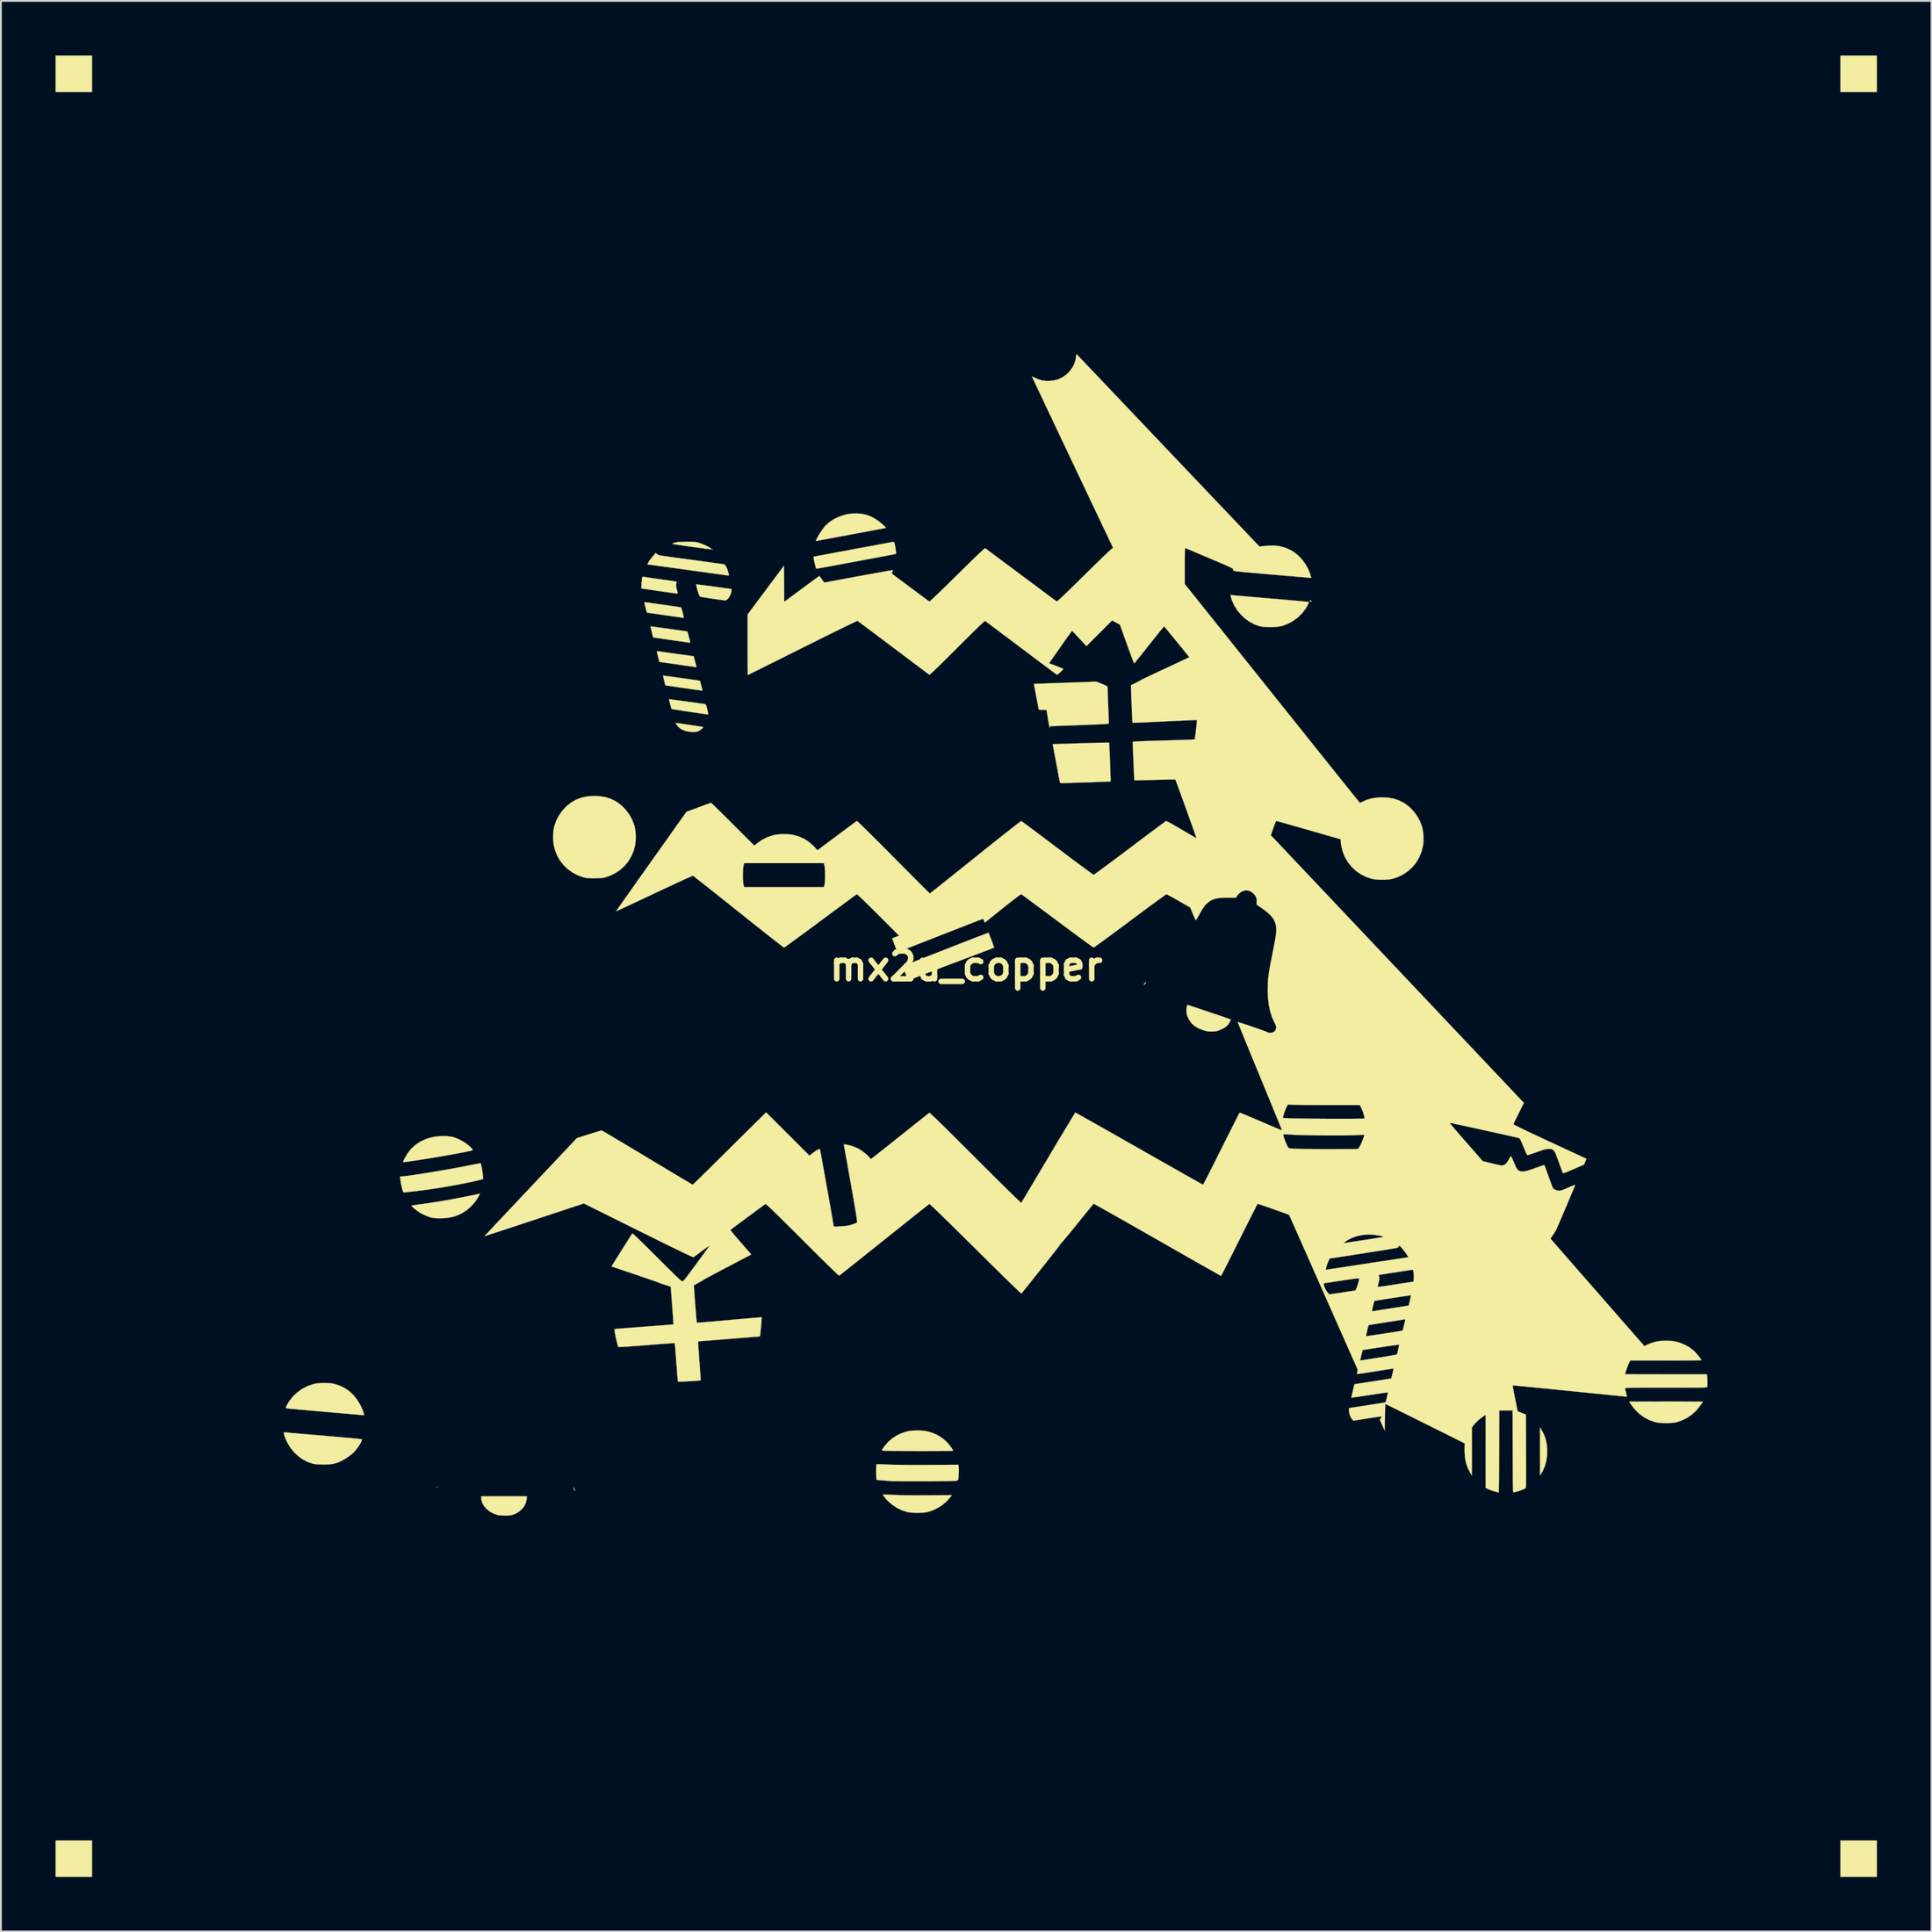
<source format=kicad_pcb>
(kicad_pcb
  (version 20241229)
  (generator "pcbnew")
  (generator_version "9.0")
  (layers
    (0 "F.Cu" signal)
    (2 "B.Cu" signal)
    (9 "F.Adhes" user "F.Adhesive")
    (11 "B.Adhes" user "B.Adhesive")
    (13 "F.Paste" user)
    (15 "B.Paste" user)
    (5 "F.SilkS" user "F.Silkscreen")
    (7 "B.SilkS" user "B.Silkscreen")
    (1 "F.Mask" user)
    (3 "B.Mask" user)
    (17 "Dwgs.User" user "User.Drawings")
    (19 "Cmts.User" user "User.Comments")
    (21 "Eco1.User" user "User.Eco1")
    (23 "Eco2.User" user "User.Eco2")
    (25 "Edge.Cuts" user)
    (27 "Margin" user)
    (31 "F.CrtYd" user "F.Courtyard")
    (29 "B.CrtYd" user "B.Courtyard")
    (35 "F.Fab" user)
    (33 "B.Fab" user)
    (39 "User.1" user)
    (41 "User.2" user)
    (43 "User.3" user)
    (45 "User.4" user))
  (footprint "mx2u_copper"
    (layer "F.Cu")
    (at 50.022 50.022)
    (property "Reference" "mx2u_copper" (at 0 0 0) (layer "F.SilkS") (effects (font (size 1.524 1.524) (thickness 0.3))))
    (attr through_hole)
    (fp_poly (pts (xy -48.02 -48.02) (xy -50.017 -48.02) (xy -50.017 -50.017) (xy -48.02 -50.017) (xy -48.02 -48.02)) (stroke (width 0.01) (type solid)) (fill yes) (layer "F.SilkS"))
    (fp_poly (pts (xy -48.02 50.017) (xy -50.017 50.017) (xy -50.017 48.02) (xy -48.02 48.02) (xy -48.02 50.017)) (stroke (width 0.01) (type solid)) (fill yes) (layer "F.SilkS"))
    (fp_poly (pts (xy -29.09 28.622) (xy -29.103 28.635) (xy -29.115 28.622) (xy -29.103 28.61) (xy -29.09 28.622)) (stroke (width 0.01) (type solid)) (fill yes) (layer "F.SilkS"))
    (fp_poly (pts (xy -29.039 28.597) (xy -29.052 28.61) (xy -29.065 28.597) (xy -29.052 28.584) (xy -29.039 28.597)) (stroke (width 0.01) (type solid)) (fill yes) (layer "F.SilkS"))
    (fp_poly (pts (xy -13.926 -22.885) (xy -13.938 -22.873) (xy -13.951 -22.885) (xy -13.938 -22.898) (xy -13.926 -22.885)) (stroke (width 0.01) (type solid)) (fill yes) (layer "F.SilkS"))
    (fp_poly (pts (xy 50.017 -48.02) (xy 48.02 -48.02) (xy 48.02 -50.017) (xy 50.017 -50.017) (xy 50.017 -48.02)) (stroke (width 0.01) (type solid)) (fill yes) (layer "F.SilkS"))
    (fp_poly (pts (xy 50.017 50.017) (xy 48.02 50.017) (xy 48.02 48.02) (xy 50.017 48.02) (xy 50.017 50.017)) (stroke (width 0.01) (type solid)) (fill yes) (layer "F.SilkS"))
    (fp_poly (pts (xy 18.932 -20.078) (xy 18.969 -20.042) (xy 18.98 -20.025) (xy 18.978 -20.019) (xy 18.961 -20.023) (xy 18.913 -20.042) (xy 18.909 -20.043) (xy 18.871 -20.07) (xy 18.868 -20.094) (xy 18.897 -20.102) (xy 18.932 -20.078)) (stroke (width 0.01) (type solid)) (fill yes) (layer "F.SilkS"))
    (fp_poly (pts (xy -21.55 28.656) (xy -21.524 28.705) (xy -21.5 28.762) (xy -21.488 28.807) (xy -21.489 28.817) (xy -21.502 28.813) (xy -21.525 28.771) (xy -21.539 28.74) (xy -21.561 28.677) (xy -21.571 28.64) (xy -21.57 28.635) (xy -21.55 28.656)) (stroke (width 0.01) (type solid)) (fill yes) (layer "F.SilkS"))
    (fp_poly (pts (xy 9.879 0.875) (xy 9.866 0.907) (xy 9.824 0.966) (xy 9.818 0.973) (xy 9.775 1.017) (xy 9.757 1.017) (xy 9.756 1.009) (xy 9.773 0.966) (xy 9.815 0.914) (xy 9.819 0.91) (xy 9.863 0.874) (xy 9.879 0.875)) (stroke (width 0.01) (type solid)) (fill yes) (layer "F.SilkS"))
    (fp_poly (pts (xy 31.597 25.463) (xy 31.734 25.719) (xy 31.831 25.988) (xy 31.891 26.279) (xy 31.912 26.525) (xy 31.908 26.857) (xy 31.863 27.173) (xy 31.78 27.468) (xy 31.661 27.734) (xy 31.606 27.827) (xy 31.518 27.965) (xy 31.517 25.337) (xy 31.597 25.463)) (stroke (width 0.01) (type solid)) (fill yes) (layer "F.SilkS"))
    (fp_poly (pts (xy -24.143 29.265) (xy -24.186 29.467) (xy -24.274 29.653) (xy -24.403 29.821) (xy -24.568 29.963) (xy -24.764 30.076) (xy -24.887 30.124) (xy -24.974 30.149) (xy -25.063 30.165) (xy -25.17 30.173) (xy -25.309 30.175) (xy -25.342 30.174) (xy -25.473 30.171) (xy -25.597 30.163) (xy -25.698 30.151) (xy -25.754 30.14) (xy -25.975 30.059) (xy -26.172 29.95) (xy -26.341 29.817) (xy -26.476 29.665) (xy -26.573 29.5) (xy -26.628 29.327) (xy -26.638 29.212) (xy -26.638 29.115) (xy -24.129 29.115) (xy -24.143 29.265)) (stroke (width 0.01) (type solid)) (fill yes) (layer "F.SilkS"))
    (fp_poly (pts (xy 38.697 23.912) (xy 39.024 23.913) (xy 39.323 23.914) (xy 39.453 23.915) (xy 40.466 23.921) (xy 40.336 24.111) (xy 40.121 24.384) (xy 39.878 24.614) (xy 39.607 24.803) (xy 39.306 24.951) (xy 39.01 25.049) (xy 38.885 25.072) (xy 38.724 25.088) (xy 38.542 25.096) (xy 38.352 25.096) (xy 38.168 25.089) (xy 38.005 25.074) (xy 37.875 25.051) (xy 37.86 25.047) (xy 37.532 24.933) (xy 37.234 24.778) (xy 36.966 24.582) (xy 36.726 24.344) (xy 36.547 24.111) (xy 36.417 23.921) (xy 37.429 23.915) (xy 37.709 23.913) (xy 38.024 23.913) (xy 38.359 23.912) (xy 38.697 23.912)) (stroke (width 0.01) (type solid)) (fill yes) (layer "F.SilkS"))
    (fp_poly (pts (xy -16.624 -15.958) (xy -16.554 -15.95) (xy -16.444 -15.935) (xy -16.3 -15.916) (xy -16.127 -15.893) (xy -15.931 -15.866) (xy -15.717 -15.836) (xy -15.634 -15.824) (xy -14.626 -15.682) (xy -14.555 -15.417) (xy -14.526 -15.309) (xy -14.502 -15.221) (xy -14.487 -15.163) (xy -14.482 -15.145) (xy -14.485 -15.143) (xy -14.498 -15.142) (xy -14.525 -15.143) (xy -14.57 -15.148) (xy -14.638 -15.157) (xy -14.733 -15.169) (xy -14.859 -15.187) (xy -15.021 -15.209) (xy -15.223 -15.238) (xy -15.47 -15.273) (xy -15.547 -15.284) (xy -16.524 -15.424) (xy -16.591 -15.689) (xy -16.617 -15.797) (xy -16.637 -15.885) (xy -16.649 -15.943) (xy -16.65 -15.96) (xy -16.624 -15.958)) (stroke (width 0.01) (type solid)) (fill yes) (layer "F.SilkS"))
    (fp_poly (pts (xy -15.938 -13.36) (xy -15.87 -13.351) (xy -15.767 -13.337) (xy -15.637 -13.319) (xy -15.486 -13.297) (xy -15.322 -13.273) (xy -15.153 -13.248) (xy -14.987 -13.223) (xy -14.829 -13.2) (xy -14.69 -13.178) (xy -14.574 -13.16) (xy -14.491 -13.146) (xy -14.447 -13.137) (xy -14.442 -13.136) (xy -14.45 -13.113) (xy -14.49 -13.071) (xy -14.549 -13.019) (xy -14.617 -12.967) (xy -14.683 -12.925) (xy -14.696 -12.917) (xy -14.806 -12.881) (xy -14.949 -12.864) (xy -15.114 -12.868) (xy -15.287 -12.892) (xy -15.421 -12.924) (xy -15.589 -12.986) (xy -15.721 -13.066) (xy -15.832 -13.173) (xy -15.884 -13.239) (xy -15.929 -13.303) (xy -15.958 -13.348) (xy -15.964 -13.362) (xy -15.938 -13.36)) (stroke (width 0.01) (type solid)) (fill yes) (layer "F.SilkS"))
    (fp_poly (pts (xy -16.951 -17.304) (xy -16.95 -17.304) (xy -16.913 -17.298) (xy -16.832 -17.286) (xy -16.713 -17.268) (xy -16.561 -17.246) (xy -16.382 -17.221) (xy -16.183 -17.193) (xy -15.968 -17.163) (xy -15.932 -17.158) (xy -14.968 -17.025) (xy -14.9 -16.771) (xy -14.871 -16.66) (xy -14.845 -16.564) (xy -14.827 -16.496) (xy -14.82 -16.472) (xy -14.823 -16.436) (xy -14.84 -16.431) (xy -14.872 -16.435) (xy -14.948 -16.445) (xy -15.063 -16.462) (xy -15.211 -16.482) (xy -15.387 -16.507) (xy -15.586 -16.535) (xy -15.801 -16.566) (xy -15.864 -16.575) (xy -16.854 -16.716) (xy -16.929 -17.016) (xy -16.96 -17.142) (xy -16.98 -17.226) (xy -16.988 -17.276) (xy -16.985 -17.301) (xy -16.973 -17.308) (xy -16.951 -17.304)) (stroke (width 0.01) (type solid)) (fill yes) (layer "F.SilkS"))
    (fp_poly (pts (xy -4.468 29.021) (xy -4.362 29.024) (xy -4.228 29.029) (xy -4.075 29.037) (xy -4.027 29.04) (xy -3.855 29.047) (xy -3.637 29.054) (xy -3.378 29.058) (xy -3.083 29.061) (xy -2.756 29.063) (xy -2.403 29.062) (xy -2.144 29.061) (xy -0.787 29.052) (xy -0.852 29.14) (xy -1.06 29.38) (xy -1.305 29.59) (xy -1.58 29.766) (xy -1.881 29.904) (xy -2.11 29.977) (xy -2.235 30.001) (xy -2.396 30.016) (xy -2.578 30.024) (xy -2.768 30.025) (xy -2.952 30.017) (xy -3.115 30.002) (xy -3.245 29.98) (xy -3.26 29.976) (xy -3.557 29.875) (xy -3.825 29.743) (xy -4.076 29.571) (xy -4.279 29.395) (xy -4.353 29.32) (xy -4.426 29.238) (xy -4.49 29.158) (xy -4.539 29.089) (xy -4.566 29.041) (xy -4.567 29.023) (xy -4.539 29.021) (xy -4.468 29.021)) (stroke (width 0.01) (type solid)) (fill yes) (layer "F.SilkS"))
    (fp_poly (pts (xy -15.173 -23.313) (xy -15.044 -23.311) (xy -14.945 -23.306) (xy -14.865 -23.297) (xy -14.794 -23.284) (xy -14.72 -23.265) (xy -14.647 -23.243) (xy -14.485 -23.186) (xy -14.323 -23.117) (xy -14.175 -23.042) (xy -14.056 -22.97) (xy -14.027 -22.948) (xy -13.964 -22.899) (xy -14.04 -22.902) (xy -14.081 -22.906) (xy -14.166 -22.916) (xy -14.29 -22.932) (xy -14.446 -22.952) (xy -14.63 -22.977) (xy -14.834 -23.004) (xy -15.054 -23.034) (xy -15.133 -23.045) (xy -15.353 -23.076) (xy -15.557 -23.106) (xy -15.739 -23.133) (xy -15.894 -23.156) (xy -16.017 -23.176) (xy -16.103 -23.191) (xy -16.146 -23.201) (xy -16.15 -23.203) (xy -16.127 -23.217) (xy -16.069 -23.239) (xy -15.985 -23.265) (xy -15.979 -23.267) (xy -15.905 -23.285) (xy -15.825 -23.298) (xy -15.73 -23.306) (xy -15.61 -23.311) (xy -15.455 -23.313) (xy -15.341 -23.314) (xy -15.173 -23.313)) (stroke (width 0.01) (type solid)) (fill yes) (layer "F.SilkS"))
    (fp_poly (pts (xy -17.309 -18.66) (xy -17.24 -18.652) (xy -17.133 -18.639) (xy -16.996 -18.621) (xy -16.835 -18.6) (xy -16.656 -18.576) (xy -16.467 -18.55) (xy -16.272 -18.523) (xy -16.08 -18.497) (xy -15.895 -18.471) (xy -15.726 -18.447) (xy -15.578 -18.426) (xy -15.457 -18.408) (xy -15.371 -18.395) (xy -15.326 -18.387) (xy -15.321 -18.386) (xy -15.311 -18.36) (xy -15.292 -18.297) (xy -15.267 -18.208) (xy -15.239 -18.106) (xy -15.212 -18.003) (xy -15.188 -17.909) (xy -15.171 -17.838) (xy -15.164 -17.8) (xy -15.164 -17.799) (xy -15.176 -17.772) (xy -15.183 -17.77) (xy -15.212 -17.774) (xy -15.285 -17.785) (xy -15.397 -17.801) (xy -15.543 -17.822) (xy -15.717 -17.847) (xy -15.914 -17.875) (xy -16.128 -17.905) (xy -16.199 -17.916) (xy -17.196 -18.058) (xy -17.27 -18.356) (xy -17.298 -18.471) (xy -17.319 -18.567) (xy -17.332 -18.634) (xy -17.335 -18.662) (xy -17.335 -18.662) (xy -17.309 -18.66)) (stroke (width 0.01) (type solid)) (fill yes) (layer "F.SilkS"))
    (fp_poly (pts (xy -14.799 -20.969) (xy -14.728 -20.962) (xy -14.617 -20.95) (xy -14.474 -20.932) (xy -14.302 -20.91) (xy -14.109 -20.885) (xy -13.899 -20.856) (xy -13.879 -20.853) (xy -13.667 -20.824) (xy -13.47 -20.797) (xy -13.294 -20.774) (xy -13.146 -20.754) (xy -13.029 -20.738) (xy -12.951 -20.728) (xy -12.917 -20.724) (xy -12.917 -20.724) (xy -12.897 -20.703) (xy -12.89 -20.653) (xy -12.91 -20.514) (xy -12.964 -20.369) (xy -13.046 -20.238) (xy -13.068 -20.21) (xy -13.134 -20.142) (xy -13.185 -20.106) (xy -13.237 -20.095) (xy -13.252 -20.095) (xy -13.298 -20.1) (xy -13.387 -20.111) (xy -13.51 -20.127) (xy -13.66 -20.147) (xy -13.828 -20.171) (xy -13.964 -20.191) (xy -14.138 -20.217) (xy -14.295 -20.242) (xy -14.43 -20.264) (xy -14.535 -20.282) (xy -14.603 -20.296) (xy -14.625 -20.302) (xy -14.647 -20.334) (xy -14.676 -20.403) (xy -14.71 -20.497) (xy -14.745 -20.605) (xy -14.778 -20.716) (xy -14.805 -20.819) (xy -14.823 -20.903) (xy -14.829 -20.957) (xy -14.826 -20.97) (xy -14.799 -20.969)) (stroke (width 0.01) (type solid)) (fill yes) (layer "F.SilkS"))
    (fp_poly (pts (xy 12.18 2.13) (xy 12.249 2.152) (xy 12.354 2.187) (xy 12.491 2.232) (xy 12.653 2.286) (xy 12.834 2.347) (xy 13.03 2.413) (xy 13.234 2.481) (xy 13.442 2.551) (xy 13.646 2.621) (xy 13.843 2.687) (xy 14.025 2.749) (xy 14.188 2.805) (xy 14.325 2.852) (xy 14.432 2.889) (xy 14.503 2.914) (xy 14.531 2.925) (xy 14.532 2.925) (xy 14.527 2.95) (xy 14.504 3.007) (xy 14.471 3.073) (xy 14.381 3.211) (xy 14.266 3.325) (xy 14.116 3.421) (xy 13.942 3.498) (xy 13.826 3.542) (xy 13.735 3.568) (xy 13.65 3.582) (xy 13.551 3.587) (xy 13.47 3.587) (xy 13.342 3.583) (xy 13.237 3.571) (xy 13.131 3.548) (xy 13.005 3.508) (xy 12.981 3.5) (xy 12.746 3.405) (xy 12.553 3.291) (xy 12.396 3.152) (xy 12.269 2.985) (xy 12.208 2.875) (xy 12.13 2.684) (xy 12.094 2.505) (xy 12.099 2.328) (xy 12.107 2.285) (xy 12.124 2.202) (xy 12.141 2.144) (xy 12.153 2.123) (xy 12.18 2.13)) (stroke (width 0.01) (type solid)) (fill yes) (layer "F.SilkS"))
    (fp_poly (pts (xy -5.772 -24.851) (xy -5.548 -24.81) (xy -5.431 -24.776) (xy -5.213 -24.689) (xy -5.011 -24.583) (xy -4.814 -24.449) (xy -4.609 -24.282) (xy -4.524 -24.205) (xy -4.45 -24.132) (xy -4.417 -24.086) (xy -4.423 -24.069) (xy -4.453 -24.063) (xy -4.53 -24.049) (xy -4.647 -24.027) (xy -4.803 -23.998) (xy -4.993 -23.963) (xy -5.212 -23.922) (xy -5.457 -23.876) (xy -5.725 -23.826) (xy -6.01 -23.773) (xy -6.306 -23.718) (xy -6.605 -23.662) (xy -6.891 -23.609) (xy -7.16 -23.559) (xy -7.407 -23.513) (xy -7.628 -23.471) (xy -7.819 -23.435) (xy -7.977 -23.405) (xy -8.097 -23.383) (xy -8.175 -23.368) (xy -8.207 -23.361) (xy -8.242 -23.355) (xy -8.252 -23.367) (xy -8.239 -23.408) (xy -8.224 -23.445) (xy -8.174 -23.549) (xy -8.099 -23.679) (xy -8.011 -23.821) (xy -7.915 -23.962) (xy -7.823 -24.087) (xy -7.746 -24.181) (xy -7.54 -24.373) (xy -7.296 -24.54) (xy -7.021 -24.677) (xy -6.722 -24.782) (xy -6.504 -24.833) (xy -6.266 -24.863) (xy -6.017 -24.869) (xy -5.772 -24.851)) (stroke (width 0.01) (type solid)) (fill yes) (layer "F.SilkS"))
    (fp_poly (pts (xy -17.609 -19.988) (xy -17.532 -19.978) (xy -17.42 -19.963) (xy -17.279 -19.944) (xy -17.115 -19.921) (xy -16.934 -19.896) (xy -16.744 -19.869) (xy -16.551 -19.841) (xy -16.361 -19.814) (xy -16.181 -19.787) (xy -16.017 -19.763) (xy -15.876 -19.743) (xy -15.765 -19.726) (xy -15.689 -19.714) (xy -15.656 -19.708) (xy -15.655 -19.707) (xy -15.647 -19.682) (xy -15.628 -19.617) (xy -15.602 -19.524) (xy -15.573 -19.416) (xy -15.539 -19.28) (xy -15.521 -19.188) (xy -15.52 -19.141) (xy -15.526 -19.135) (xy -15.557 -19.139) (xy -15.633 -19.15) (xy -15.747 -19.166) (xy -15.894 -19.186) (xy -16.07 -19.211) (xy -16.268 -19.239) (xy -16.482 -19.269) (xy -16.542 -19.278) (xy -16.759 -19.309) (xy -16.959 -19.338) (xy -17.139 -19.364) (xy -17.291 -19.386) (xy -17.412 -19.404) (xy -17.494 -19.417) (xy -17.533 -19.424) (xy -17.536 -19.425) (xy -17.545 -19.45) (xy -17.564 -19.515) (xy -17.589 -19.609) (xy -17.615 -19.711) (xy -17.645 -19.832) (xy -17.663 -19.913) (xy -17.669 -19.96) (xy -17.664 -19.984) (xy -17.649 -19.991) (xy -17.643 -19.991) (xy -17.609 -19.988)) (stroke (width 0.01) (type solid)) (fill yes) (layer "F.SilkS"))
    (fp_poly (pts (xy -16.303 -14.663) (xy -16.235 -14.656) (xy -16.131 -14.643) (xy -15.996 -14.625) (xy -15.836 -14.604) (xy -15.659 -14.58) (xy -15.471 -14.555) (xy -15.278 -14.529) (xy -15.087 -14.502) (xy -14.905 -14.477) (xy -14.737 -14.453) (xy -14.59 -14.432) (xy -14.471 -14.415) (xy -14.386 -14.402) (xy -14.342 -14.394) (xy -14.342 -14.394) (xy -14.315 -14.379) (xy -14.291 -14.343) (xy -14.267 -14.277) (xy -14.24 -14.171) (xy -14.234 -14.148) (xy -14.202 -14.009) (xy -14.184 -13.913) (xy -14.18 -13.855) (xy -14.188 -13.83) (xy -14.197 -13.827) (xy -14.226 -13.831) (xy -14.299 -13.842) (xy -14.411 -13.859) (xy -14.556 -13.88) (xy -14.73 -13.906) (xy -14.926 -13.935) (xy -15.139 -13.966) (xy -15.196 -13.975) (xy -15.412 -14.007) (xy -15.612 -14.037) (xy -15.791 -14.065) (xy -15.943 -14.088) (xy -16.063 -14.108) (xy -16.145 -14.122) (xy -16.183 -14.129) (xy -16.186 -14.13) (xy -16.195 -14.156) (xy -16.213 -14.219) (xy -16.237 -14.306) (xy -16.263 -14.404) (xy -16.288 -14.502) (xy -16.31 -14.586) (xy -16.323 -14.645) (xy -16.327 -14.665) (xy -16.303 -14.663)) (stroke (width 0.01) (type solid)) (fill yes) (layer "F.SilkS"))
    (fp_poly (pts (xy -2.44 25.509) (xy -2.27 25.525) (xy -2.195 25.537) (xy -1.886 25.62) (xy -1.596 25.746) (xy -1.329 25.91) (xy -1.094 26.11) (xy -0.967 26.247) (xy -0.866 26.374) (xy -0.79 26.479) (xy -0.74 26.558) (xy -0.721 26.607) (xy -0.723 26.617) (xy -0.749 26.62) (xy -0.821 26.623) (xy -0.934 26.625) (xy -1.083 26.627) (xy -1.264 26.629) (xy -1.471 26.63) (xy -1.699 26.631) (xy -1.944 26.632) (xy -2.202 26.633) (xy -2.466 26.633) (xy -2.733 26.633) (xy -2.997 26.632) (xy -3.254 26.631) (xy -3.499 26.63) (xy -3.727 26.628) (xy -3.933 26.627) (xy -4.113 26.624) (xy -4.261 26.622) (xy -4.353 26.62) (xy -4.486 26.613) (xy -4.573 26.604) (xy -4.617 26.591) (xy -4.625 26.581) (xy -4.609 26.541) (xy -4.566 26.474) (xy -4.503 26.388) (xy -4.427 26.293) (xy -4.346 26.198) (xy -4.268 26.113) (xy -4.067 25.939) (xy -3.831 25.785) (xy -3.571 25.66) (xy -3.3 25.568) (xy -3.165 25.537) (xy -3.013 25.516) (xy -2.83 25.505) (xy -2.633 25.503) (xy -2.44 25.509)) (stroke (width 0.01) (type solid)) (fill yes) (layer "F.SilkS"))
    (fp_poly (pts (xy 14.605 -20.379) (xy 14.644 -20.375) (xy 14.729 -20.368) (xy 14.857 -20.356) (xy 15.024 -20.342) (xy 15.225 -20.324) (xy 15.456 -20.304) (xy 15.714 -20.282) (xy 15.995 -20.258) (xy 16.295 -20.232) (xy 16.609 -20.205) (xy 16.754 -20.193) (xy 17.071 -20.166) (xy 17.374 -20.14) (xy 17.658 -20.115) (xy 17.92 -20.092) (xy 18.156 -20.071) (xy 18.362 -20.053) (xy 18.534 -20.037) (xy 18.67 -20.024) (xy 18.764 -20.015) (xy 18.814 -20.01) (xy 18.82 -20.008) (xy 18.818 -19.978) (xy 18.794 -19.915) (xy 18.753 -19.829) (xy 18.698 -19.732) (xy 18.641 -19.638) (xy 18.447 -19.383) (xy 18.214 -19.157) (xy 17.952 -18.963) (xy 17.666 -18.807) (xy 17.365 -18.695) (xy 17.302 -18.678) (xy 17.163 -18.652) (xy 16.991 -18.635) (xy 16.799 -18.626) (xy 16.602 -18.626) (xy 16.412 -18.634) (xy 16.246 -18.651) (xy 16.119 -18.675) (xy 15.832 -18.778) (xy 15.559 -18.924) (xy 15.304 -19.108) (xy 15.075 -19.324) (xy 14.876 -19.568) (xy 14.713 -19.832) (xy 14.592 -20.111) (xy 14.55 -20.248) (xy 14.513 -20.39) (xy 14.605 -20.379)) (stroke (width 0.01) (type solid)) (fill yes) (layer "F.SilkS"))
    (fp_poly (pts (xy -28.54 9.335) (xy -28.309 9.36) (xy -28.167 9.39) (xy -27.989 9.452) (xy -27.799 9.54) (xy -27.609 9.647) (xy -27.431 9.766) (xy -27.277 9.889) (xy -27.158 10.01) (xy -27.145 10.025) (xy -27.11 10.073) (xy -27.106 10.097) (xy -27.132 10.113) (xy -27.136 10.114) (xy -27.193 10.131) (xy -27.296 10.156) (xy -27.438 10.186) (xy -27.615 10.222) (xy -27.823 10.261) (xy -28.055 10.305) (xy -28.307 10.351) (xy -28.573 10.398) (xy -28.85 10.446) (xy -29.132 10.494) (xy -29.413 10.541) (xy -29.689 10.586) (xy -29.955 10.628) (xy -30.206 10.667) (xy -30.376 10.692) (xy -30.556 10.718) (xy -30.693 10.738) (xy -30.793 10.751) (xy -30.86 10.76) (xy -30.902 10.764) (xy -30.924 10.763) (xy -30.933 10.76) (xy -30.935 10.754) (xy -30.935 10.752) (xy -30.924 10.724) (xy -30.896 10.663) (xy -30.856 10.58) (xy -30.845 10.558) (xy -30.676 10.27) (xy -30.479 10.022) (xy -30.25 9.812) (xy -29.989 9.639) (xy -29.69 9.501) (xy -29.525 9.443) (xy -29.298 9.386) (xy -29.049 9.349) (xy -28.791 9.332) (xy -28.54 9.335)) (stroke (width 0.01) (type solid)) (fill yes) (layer "F.SilkS"))
    (fp_poly (pts (xy -35.032 22.898) (xy -34.871 22.912) (xy -34.76 22.93) (xy -34.444 23.025) (xy -34.152 23.163) (xy -33.888 23.343) (xy -33.651 23.565) (xy -33.444 23.827) (xy -33.267 24.127) (xy -33.236 24.191) (xy -33.186 24.303) (xy -33.142 24.414) (xy -33.106 24.515) (xy -33.081 24.596) (xy -33.072 24.649) (xy -33.078 24.664) (xy -33.106 24.662) (xy -33.179 24.655) (xy -33.296 24.645) (xy -33.452 24.631) (xy -33.644 24.614) (xy -33.868 24.595) (xy -34.119 24.573) (xy -34.395 24.548) (xy -34.692 24.522) (xy -35.006 24.495) (xy -35.229 24.476) (xy -35.552 24.447) (xy -35.86 24.42) (xy -36.151 24.394) (xy -36.419 24.37) (xy -36.661 24.348) (xy -36.875 24.328) (xy -37.055 24.311) (xy -37.198 24.298) (xy -37.301 24.287) (xy -37.36 24.28) (xy -37.373 24.278) (xy -37.371 24.247) (xy -37.347 24.184) (xy -37.306 24.099) (xy -37.253 24.003) (xy -37.192 23.905) (xy -37.177 23.883) (xy -36.973 23.626) (xy -36.735 23.401) (xy -36.467 23.212) (xy -36.177 23.063) (xy -35.87 22.958) (xy -35.714 22.924) (xy -35.57 22.905) (xy -35.398 22.895) (xy -35.213 22.893) (xy -35.032 22.898)) (stroke (width 0.01) (type solid)) (fill yes) (layer "F.SilkS"))
    (fp_poly (pts (xy -26.721 12.517) (xy -26.749 12.578) (xy -26.801 12.678) (xy -26.805 12.685) (xy -26.978 12.949) (xy -27.19 13.189) (xy -27.435 13.399) (xy -27.706 13.573) (xy -27.995 13.705) (xy -28.118 13.746) (xy -28.321 13.794) (xy -28.548 13.828) (xy -28.783 13.846) (xy -29.015 13.847) (xy -29.227 13.833) (xy -29.406 13.801) (xy -29.41 13.8) (xy -29.554 13.753) (xy -29.72 13.684) (xy -29.888 13.603) (xy -30.041 13.518) (xy -30.11 13.474) (xy -30.176 13.424) (xy -30.253 13.362) (xy -30.33 13.297) (xy -30.399 13.235) (xy -30.45 13.185) (xy -30.473 13.156) (xy -30.473 13.152) (xy -30.446 13.146) (xy -30.377 13.135) (xy -30.272 13.119) (xy -30.138 13.099) (xy -29.983 13.078) (xy -29.897 13.066) (xy -29.69 13.036) (xy -29.452 13.001) (xy -29.202 12.963) (xy -28.959 12.925) (xy -28.744 12.889) (xy -28.736 12.888) (xy -28.584 12.862) (xy -28.409 12.83) (xy -28.217 12.795) (xy -28.014 12.757) (xy -27.807 12.717) (xy -27.601 12.677) (xy -27.404 12.638) (xy -27.22 12.602) (xy -27.057 12.568) (xy -26.921 12.539) (xy -26.817 12.517) (xy -26.753 12.501) (xy -26.734 12.495) (xy -26.717 12.491) (xy -26.721 12.517)) (stroke (width 0.01) (type solid)) (fill yes) (layer "F.SilkS"))
    (fp_poly (pts (xy -17.745 -21.394) (xy -17.711 -21.387) (xy -17.633 -21.374) (xy -17.517 -21.356) (xy -17.369 -21.334) (xy -17.194 -21.309) (xy -16.999 -21.281) (xy -16.811 -21.255) (xy -16.604 -21.226) (xy -16.414 -21.2) (xy -16.246 -21.176) (xy -16.106 -21.155) (xy -15.999 -21.139) (xy -15.931 -21.128) (xy -15.908 -21.123) (xy -15.909 -21.096) (xy -15.92 -21.037) (xy -15.927 -21.008) (xy -15.938 -20.943) (xy -15.937 -20.876) (xy -15.922 -20.79) (xy -15.9 -20.704) (xy -15.875 -20.61) (xy -15.856 -20.535) (xy -15.847 -20.493) (xy -15.847 -20.489) (xy -15.85 -20.482) (xy -15.865 -20.477) (xy -15.894 -20.476) (xy -15.942 -20.479) (xy -16.014 -20.487) (xy -16.114 -20.499) (xy -16.246 -20.517) (xy -16.415 -20.541) (xy -16.625 -20.571) (xy -16.879 -20.608) (xy -16.908 -20.613) (xy -17.118 -20.643) (xy -17.311 -20.672) (xy -17.483 -20.697) (xy -17.627 -20.718) (xy -17.739 -20.734) (xy -17.812 -20.745) (xy -17.841 -20.749) (xy -17.841 -20.749) (xy -17.844 -20.772) (xy -17.843 -20.834) (xy -17.838 -20.923) (xy -17.831 -21.026) (xy -17.823 -21.131) (xy -17.813 -21.227) (xy -17.804 -21.302) (xy -17.802 -21.313) (xy -17.786 -21.376) (xy -17.764 -21.397) (xy -17.745 -21.394)) (stroke (width 0.01) (type solid)) (fill yes) (layer "F.SilkS"))
    (fp_poly (pts (xy -20.088 -9.333) (xy -19.784 -9.279) (xy -19.502 -9.185) (xy -19.236 -9.05) (xy -19.155 -8.999) (xy -18.912 -8.811) (xy -18.693 -8.584) (xy -18.503 -8.326) (xy -18.348 -8.045) (xy -18.234 -7.75) (xy -18.222 -7.708) (xy -18.182 -7.52) (xy -18.158 -7.301) (xy -18.151 -7.07) (xy -18.161 -6.845) (xy -18.182 -6.677) (xy -18.263 -6.351) (xy -18.389 -6.047) (xy -18.556 -5.768) (xy -18.76 -5.517) (xy -19 -5.298) (xy -19.271 -5.114) (xy -19.572 -4.968) (xy -19.852 -4.875) (xy -19.978 -4.852) (xy -20.138 -4.836) (xy -20.32 -4.828) (xy -20.51 -4.828) (xy -20.694 -4.835) (xy -20.858 -4.85) (xy -20.987 -4.873) (xy -21.002 -4.877) (xy -21.325 -4.99) (xy -21.621 -5.144) (xy -21.887 -5.335) (xy -22.121 -5.56) (xy -22.319 -5.816) (xy -22.479 -6.1) (xy -22.597 -6.408) (xy -22.66 -6.677) (xy -22.685 -6.884) (xy -22.691 -7.111) (xy -22.681 -7.341) (xy -22.654 -7.556) (xy -22.62 -7.708) (xy -22.513 -8.005) (xy -22.363 -8.288) (xy -22.178 -8.55) (xy -21.962 -8.782) (xy -21.723 -8.975) (xy -21.688 -8.999) (xy -21.425 -9.147) (xy -21.15 -9.253) (xy -20.854 -9.32) (xy -20.53 -9.349) (xy -20.421 -9.351) (xy -20.088 -9.333)) (stroke (width 0.01) (type solid)) (fill yes) (layer "F.SilkS"))
    (fp_poly (pts (xy -4.717 27.358) (xy -4.582 27.362) (xy -4.425 27.369) (xy -4.344 27.373) (xy -4.189 27.379) (xy -3.988 27.384) (xy -3.746 27.388) (xy -3.467 27.391) (xy -3.157 27.393) (xy -2.818 27.394) (xy -2.457 27.394) (xy -2.105 27.393) (xy -0.431 27.384) (xy -0.414 27.496) (xy -0.409 27.566) (xy -0.407 27.668) (xy -0.409 27.788) (xy -0.413 27.913) (xy -0.42 28.032) (xy -0.428 28.13) (xy -0.438 28.196) (xy -0.442 28.209) (xy -0.479 28.242) (xy -0.552 28.265) (xy -0.564 28.267) (xy -0.617 28.271) (xy -0.716 28.275) (xy -0.854 28.278) (xy -1.027 28.282) (xy -1.229 28.284) (xy -1.455 28.287) (xy -1.699 28.289) (xy -1.957 28.291) (xy -2.223 28.292) (xy -2.491 28.293) (xy -2.757 28.293) (xy -3.015 28.293) (xy -3.259 28.292) (xy -3.484 28.291) (xy -3.686 28.289) (xy -3.858 28.287) (xy -3.995 28.284) (xy -4.092 28.28) (xy -4.116 28.279) (xy -4.269 28.268) (xy -4.429 28.257) (xy -4.577 28.246) (xy -4.685 28.237) (xy -4.915 28.218) (xy -4.936 28.079) (xy -4.943 28.007) (xy -4.947 27.907) (xy -4.948 27.79) (xy -4.947 27.669) (xy -4.944 27.553) (xy -4.939 27.455) (xy -4.932 27.386) (xy -4.924 27.358) (xy -4.895 27.355) (xy -4.824 27.355) (xy -4.717 27.358)) (stroke (width 0.01) (type solid)) (fill yes) (layer "F.SilkS"))
    (fp_poly (pts (xy -37.392 25.607) (xy -37.373 25.609) (xy -37.332 25.613) (xy -37.244 25.622) (xy -37.113 25.633) (xy -36.945 25.648) (xy -36.742 25.666) (xy -36.509 25.686) (xy -36.25 25.708) (xy -35.969 25.732) (xy -35.669 25.758) (xy -35.356 25.784) (xy -35.244 25.794) (xy -34.929 25.821) (xy -34.629 25.847) (xy -34.347 25.871) (xy -34.087 25.895) (xy -33.853 25.916) (xy -33.649 25.935) (xy -33.478 25.951) (xy -33.345 25.965) (xy -33.253 25.975) (xy -33.206 25.982) (xy -33.201 25.983) (xy -33.195 26.02) (xy -33.216 26.088) (xy -33.26 26.18) (xy -33.323 26.287) (xy -33.399 26.404) (xy -33.485 26.52) (xy -33.575 26.63) (xy -33.607 26.665) (xy -33.707 26.761) (xy -33.84 26.868) (xy -33.991 26.976) (xy -34.148 27.078) (xy -34.295 27.163) (xy -34.384 27.206) (xy -34.54 27.269) (xy -34.687 27.314) (xy -34.838 27.345) (xy -35.007 27.362) (xy -35.207 27.369) (xy -35.318 27.369) (xy -35.508 27.366) (xy -35.671 27.357) (xy -35.799 27.345) (xy -35.868 27.332) (xy -36.156 27.237) (xy -36.429 27.097) (xy -36.684 26.916) (xy -36.915 26.7) (xy -37.117 26.452) (xy -37.285 26.178) (xy -37.408 25.902) (xy -37.442 25.803) (xy -37.467 25.716) (xy -37.48 25.658) (xy -37.481 25.649) (xy -37.475 25.616) (xy -37.451 25.604) (xy -37.392 25.607)) (stroke (width 0.01) (type solid)) (fill yes) (layer "F.SilkS"))
    (fp_poly (pts (xy -16.982 -22.635) (xy -16.908 -22.589) (xy -16.829 -22.561) (xy -16.828 -22.561) (xy -16.789 -22.555) (xy -16.704 -22.543) (xy -16.578 -22.526) (xy -16.415 -22.503) (xy -16.219 -22.476) (xy -15.995 -22.445) (xy -15.747 -22.411) (xy -15.48 -22.375) (xy -15.197 -22.337) (xy -15.05 -22.317) (xy -14.762 -22.278) (xy -14.488 -22.24) (xy -14.231 -22.205) (xy -13.997 -22.173) (xy -13.79 -22.144) (xy -13.613 -22.12) (xy -13.471 -22.1) (xy -13.369 -22.085) (xy -13.31 -22.077) (xy -13.298 -22.075) (xy -13.253 -22.043) (xy -13.202 -21.97) (xy -13.149 -21.864) (xy -13.099 -21.736) (xy -13.058 -21.602) (xy -13.039 -21.521) (xy -13.033 -21.478) (xy -13.042 -21.462) (xy -13.063 -21.46) (xy -13.094 -21.464) (xy -13.172 -21.474) (xy -13.291 -21.49) (xy -13.447 -21.512) (xy -13.637 -21.538) (xy -13.855 -21.568) (xy -14.098 -21.601) (xy -14.362 -21.638) (xy -14.642 -21.676) (xy -14.785 -21.696) (xy -15.088 -21.738) (xy -15.39 -21.78) (xy -15.685 -21.821) (xy -15.967 -21.86) (xy -16.23 -21.896) (xy -16.468 -21.929) (xy -16.674 -21.957) (xy -16.844 -21.981) (xy -16.97 -21.998) (xy -16.989 -22.001) (xy -17.511 -22.072) (xy -17.464 -22.164) (xy -17.414 -22.249) (xy -17.339 -22.355) (xy -17.252 -22.469) (xy -17.162 -22.575) (xy -17.128 -22.613) (xy -17.052 -22.694) (xy -16.982 -22.635)) (stroke (width 0.01) (type solid)) (fill yes) (layer "F.SilkS"))
    (fp_poly (pts (xy -26.658 10.861) (xy -26.638 10.937) (xy -26.616 11.041) (xy -26.595 11.162) (xy -26.574 11.292) (xy -26.557 11.418) (xy -26.544 11.531) (xy -26.537 11.621) (xy -26.538 11.677) (xy -26.543 11.69) (xy -26.574 11.703) (xy -26.649 11.723) (xy -26.763 11.752) (xy -26.908 11.785) (xy -27.08 11.824) (xy -27.272 11.865) (xy -27.478 11.909) (xy -27.624 11.938) (xy -28.084 12.027) (xy -28.56 12.112) (xy -29.039 12.191) (xy -29.508 12.262) (xy -29.955 12.323) (xy -30.354 12.37) (xy -30.493 12.385) (xy -30.622 12.399) (xy -30.729 12.412) (xy -30.802 12.421) (xy -30.815 12.422) (xy -30.88 12.427) (xy -30.914 12.411) (xy -30.935 12.371) (xy -30.97 12.263) (xy -31.005 12.124) (xy -31.038 11.972) (xy -31.064 11.827) (xy -31.076 11.733) (xy -31.093 11.55) (xy -31.02 11.55) (xy -30.944 11.545) (xy -30.823 11.533) (xy -30.662 11.512) (xy -30.467 11.485) (xy -30.242 11.452) (xy -29.993 11.414) (xy -29.724 11.371) (xy -29.44 11.325) (xy -29.147 11.276) (xy -28.849 11.226) (xy -28.552 11.174) (xy -28.26 11.123) (xy -27.979 11.071) (xy -27.713 11.022) (xy -27.468 10.974) (xy -27.437 10.968) (xy -27.248 10.931) (xy -27.077 10.897) (xy -26.928 10.869) (xy -26.808 10.846) (xy -26.723 10.831) (xy -26.679 10.824) (xy -26.674 10.823) (xy -26.658 10.861)) (stroke (width 0.01) (type solid)) (fill yes) (layer "F.SilkS"))
    (fp_poly (pts (xy -3.965 -23.289) (xy -3.936 -23.221) (xy -3.927 -23.189) (xy -3.91 -23.112) (xy -3.893 -23.014) (xy -3.877 -22.908) (xy -3.864 -22.806) (xy -3.855 -22.721) (xy -3.853 -22.664) (xy -3.855 -22.648) (xy -3.881 -22.642) (xy -3.952 -22.628) (xy -4.064 -22.606) (xy -4.212 -22.578) (xy -4.393 -22.544) (xy -4.602 -22.504) (xy -4.834 -22.46) (xy -5.086 -22.413) (xy -5.352 -22.363) (xy -5.629 -22.311) (xy -5.912 -22.258) (xy -6.197 -22.205) (xy -6.48 -22.152) (xy -6.755 -22.101) (xy -7.019 -22.052) (xy -7.268 -22.006) (xy -7.497 -21.964) (xy -7.701 -21.927) (xy -7.877 -21.895) (xy -8.02 -21.869) (xy -8.125 -21.85) (xy -8.189 -21.839) (xy -8.206 -21.837) (xy -8.244 -21.851) (xy -8.248 -21.856) (xy -8.262 -21.894) (xy -8.283 -21.968) (xy -8.307 -22.065) (xy -8.332 -22.17) (xy -8.353 -22.271) (xy -8.369 -22.354) (xy -8.373 -22.385) (xy -8.386 -22.491) (xy -8.256 -22.517) (xy -8.21 -22.526) (xy -8.122 -22.543) (xy -7.993 -22.567) (xy -7.83 -22.597) (xy -7.636 -22.634) (xy -7.416 -22.675) (xy -7.175 -22.72) (xy -6.916 -22.768) (xy -6.645 -22.818) (xy -6.365 -22.87) (xy -6.082 -22.923) (xy -5.8 -22.976) (xy -5.522 -23.027) (xy -5.255 -23.077) (xy -5.001 -23.124) (xy -4.766 -23.168) (xy -4.554 -23.207) (xy -4.369 -23.241) (xy -4.217 -23.269) (xy -4.101 -23.291) (xy -4.025 -23.305) (xy -3.995 -23.31) (xy -3.965 -23.289)) (stroke (width 0.01) (type solid)) (fill yes) (layer "F.SilkS"))
    (fp_poly (pts (xy 7.846 -12.28) (xy 7.847 -12.28) (xy 7.85 -12.253) (xy 7.855 -12.182) (xy 7.86 -12.074) (xy 7.867 -11.935) (xy 7.875 -11.77) (xy 7.883 -11.588) (xy 7.891 -11.393) (xy 7.899 -11.192) (xy 7.907 -10.992) (xy 7.914 -10.799) (xy 7.92 -10.62) (xy 7.925 -10.461) (xy 7.929 -10.327) (xy 7.931 -10.227) (xy 7.932 -10.165) (xy 7.931 -10.148) (xy 7.905 -10.146) (xy 7.834 -10.143) (xy 7.724 -10.138) (xy 7.581 -10.133) (xy 7.41 -10.126) (xy 7.217 -10.119) (xy 7.008 -10.112) (xy 6.789 -10.104) (xy 6.565 -10.097) (xy 6.342 -10.089) (xy 6.126 -10.082) (xy 5.922 -10.076) (xy 5.736 -10.07) (xy 5.575 -10.065) (xy 5.443 -10.061) (xy 5.346 -10.059) (xy 5.291 -10.058) (xy 5.289 -10.058) (xy 5.21 -10.061) (xy 5.168 -10.073) (xy 5.148 -10.099) (xy 5.143 -10.116) (xy 5.136 -10.153) (xy 5.12 -10.234) (xy 5.097 -10.353) (xy 5.069 -10.504) (xy 5.035 -10.681) (xy 4.998 -10.88) (xy 4.959 -11.092) (xy 4.953 -11.12) (xy 4.913 -11.335) (xy 4.876 -11.536) (xy 4.842 -11.718) (xy 4.812 -11.874) (xy 4.789 -11.999) (xy 4.772 -12.086) (xy 4.764 -12.131) (xy 4.763 -12.133) (xy 4.75 -12.197) (xy 6.292 -12.245) (xy 6.566 -12.253) (xy 6.826 -12.26) (xy 7.065 -12.267) (xy 7.281 -12.272) (xy 7.468 -12.276) (xy 7.623 -12.279) (xy 7.74 -12.281) (xy 7.816 -12.281) (xy 7.846 -12.28)) (stroke (width 0.01) (type solid)) (fill yes) (layer "F.SilkS"))
    (fp_poly (pts (xy 1.238 -1.814) (xy 1.263 -1.751) (xy 1.298 -1.66) (xy 1.34 -1.551) (xy 1.386 -1.432) (xy 1.43 -1.313) (xy 1.471 -1.203) (xy 1.504 -1.112) (xy 1.527 -1.048) (xy 1.535 -1.022) (xy 1.535 -1.022) (xy 1.505 -1.009) (xy 1.43 -0.979) (xy 1.311 -0.933) (xy 1.148 -0.87) (xy 0.943 -0.792) (xy 0.698 -0.699) (xy 0.414 -0.592) (xy 0.093 -0.471) (xy -0.264 -0.336) (xy -0.657 -0.188) (xy -0.821 -0.127) (xy -1.11 -0.018) (xy -1.393 0.089) (xy -1.664 0.192) (xy -1.92 0.289) (xy -2.155 0.379) (xy -2.364 0.46) (xy -2.544 0.53) (xy -2.688 0.587) (xy -2.793 0.629) (xy -2.835 0.646) (xy -2.953 0.696) (xy -3.053 0.738) (xy -3.128 0.768) (xy -3.167 0.783) (xy -3.171 0.783) (xy -3.191 0.763) (xy -3.21 0.727) (xy -3.252 0.624) (xy -3.298 0.506) (xy -3.344 0.382) (xy -3.387 0.262) (xy -3.424 0.153) (xy -3.452 0.067) (xy -3.466 0.011) (xy -3.467 -0.004) (xy -3.441 -0.016) (xy -3.373 -0.044) (xy -3.265 -0.088) (xy -3.122 -0.145) (xy -2.947 -0.215) (xy -2.745 -0.295) (xy -2.519 -0.384) (xy -2.273 -0.481) (xy -2.011 -0.584) (xy -1.737 -0.691) (xy -1.454 -0.802) (xy -1.168 -0.914) (xy -0.88 -1.027) (xy -0.596 -1.138) (xy -0.318 -1.246) (xy -0.052 -1.35) (xy 0.2 -1.447) (xy 0.433 -1.538) (xy 0.643 -1.619) (xy 0.827 -1.69) (xy 0.981 -1.749) (xy 1.101 -1.795) (xy 1.182 -1.825) (xy 1.222 -1.839) (xy 1.226 -1.84) (xy 1.238 -1.814)) (stroke (width 0.01) (type solid)) (fill yes) (layer "F.SilkS"))
    (fp_poly (pts (xy 7.455 -15.506) (xy 7.583 -15.452) (xy 7.671 -15.412) (xy 7.725 -15.381) (xy 7.752 -15.354) (xy 7.759 -15.33) (xy 7.761 -15.294) (xy 7.763 -15.213) (xy 7.768 -15.093) (xy 7.774 -14.941) (xy 7.78 -14.762) (xy 7.788 -14.563) (xy 7.797 -14.349) (xy 7.797 -14.343) (xy 7.805 -14.128) (xy 7.813 -13.929) (xy 7.82 -13.749) (xy 7.826 -13.596) (xy 7.83 -13.476) (xy 7.833 -13.394) (xy 7.834 -13.356) (xy 7.834 -13.356) (xy 7.833 -13.345) (xy 7.828 -13.336) (xy 7.815 -13.328) (xy 7.79 -13.321) (xy 7.749 -13.314) (xy 7.69 -13.308) (xy 7.608 -13.302) (xy 7.5 -13.295) (xy 7.362 -13.289) (xy 7.19 -13.281) (xy 6.981 -13.272) (xy 6.731 -13.263) (xy 6.437 -13.252) (xy 6.219 -13.243) (xy 4.602 -13.183) (xy 4.595 -13.093) (xy 4.589 -13.089) (xy 4.577 -13.13) (xy 4.559 -13.211) (xy 4.537 -13.326) (xy 4.513 -13.469) (xy 4.501 -13.54) (xy 4.414 -14.077) (xy 4.204 -14.077) (xy 4.101 -14.078) (xy 4.037 -14.083) (xy 4.003 -14.094) (xy 3.987 -14.114) (xy 3.981 -14.134) (xy 3.97 -14.185) (xy 3.952 -14.274) (xy 3.929 -14.391) (xy 3.902 -14.531) (xy 3.873 -14.684) (xy 3.842 -14.844) (xy 3.813 -15.003) (xy 3.785 -15.152) (xy 3.76 -15.285) (xy 3.741 -15.393) (xy 3.728 -15.468) (xy 3.722 -15.504) (xy 3.722 -15.506) (xy 3.748 -15.508) (xy 3.82 -15.511) (xy 3.934 -15.515) (xy 4.086 -15.521) (xy 4.273 -15.528) (xy 4.489 -15.536) (xy 4.731 -15.545) (xy 4.995 -15.554) (xy 5.276 -15.564) (xy 5.44 -15.57) (xy 7.151 -15.629) (xy 7.455 -15.506)) (stroke (width 0.01) (type solid)) (fill yes) (layer "F.SilkS"))
    (fp_poly (pts (xy 11.082 -28.337) (xy 16.112 -23.046) (xy 16.2 -23.061) (xy 16.262 -23.069) (xy 16.359 -23.08) (xy 16.477 -23.092) (xy 16.573 -23.1) (xy 16.915 -23.108) (xy 17.238 -23.069) (xy 17.544 -22.982) (xy 17.835 -22.849) (xy 18.058 -22.708) (xy 18.265 -22.535) (xy 18.459 -22.324) (xy 18.632 -22.087) (xy 18.775 -21.835) (xy 18.881 -21.58) (xy 18.913 -21.474) (xy 18.951 -21.328) (xy 18.745 -21.346) (xy 18.687 -21.351) (xy 18.582 -21.36) (xy 18.437 -21.373) (xy 18.254 -21.388) (xy 18.038 -21.407) (xy 17.794 -21.428) (xy 17.526 -21.451) (xy 17.238 -21.476) (xy 16.935 -21.502) (xy 16.622 -21.529) (xy 16.592 -21.531) (xy 16.231 -21.562) (xy 15.916 -21.589) (xy 15.646 -21.613) (xy 15.417 -21.634) (xy 15.224 -21.651) (xy 15.067 -21.667) (xy 14.94 -21.681) (xy 14.841 -21.694) (xy 14.767 -21.707) (xy 14.714 -21.719) (xy 14.68 -21.731) (xy 14.66 -21.744) (xy 14.653 -21.758) (xy 14.654 -21.774) (xy 14.66 -21.792) (xy 14.668 -21.811) (xy 14.662 -21.824) (xy 14.636 -21.843) (xy 14.585 -21.872) (xy 14.507 -21.911) (xy 14.4 -21.961) (xy 14.26 -22.023) (xy 14.084 -22.101) (xy 13.869 -22.193) (xy 13.613 -22.302) (xy 13.388 -22.398) (xy 13.146 -22.501) (xy 12.917 -22.597) (xy 12.705 -22.687) (xy 12.516 -22.767) (xy 12.352 -22.836) (xy 12.22 -22.892) (xy 12.122 -22.933) (xy 12.064 -22.957) (xy 12.049 -22.963) (xy 12.038 -22.965) (xy 12.029 -22.958) (xy 12.022 -22.937) (xy 12.016 -22.899) (xy 12.012 -22.839) (xy 12.009 -22.752) (xy 12.007 -22.633) (xy 12.006 -22.478) (xy 12.005 -22.283) (xy 12.005 -22.043) (xy 12.005 -21.984) (xy 12.006 -20.99) (xy 16.784 -15.013) (xy 17.17 -14.529) (xy 17.549 -14.055) (xy 17.918 -13.593) (xy 18.277 -13.145) (xy 18.624 -12.71) (xy 18.959 -12.292) (xy 19.279 -11.892) (xy 19.584 -11.511) (xy 19.872 -11.151) (xy 20.142 -10.813) (xy 20.394 -10.499) (xy 20.625 -10.211) (xy 20.834 -9.949) (xy 21.021 -9.716) (xy 21.184 -9.513) (xy 21.322 -9.341) (xy 21.433 -9.202) (xy 21.517 -9.098) (xy 21.572 -9.03) (xy 21.596 -9) (xy 21.597 -8.999) (xy 21.626 -8.979) (xy 21.662 -8.983) (xy 21.722 -9.012) (xy 21.732 -9.018) (xy 21.999 -9.14) (xy 22.297 -9.223) (xy 22.625 -9.268) (xy 22.847 -9.275) (xy 23.181 -9.258) (xy 23.485 -9.203) (xy 23.766 -9.109) (xy 24.032 -8.975) (xy 24.114 -8.923) (xy 24.356 -8.735) (xy 24.576 -8.508) (xy 24.766 -8.25) (xy 24.921 -7.97) (xy 25.034 -7.675) (xy 25.047 -7.633) (xy 25.086 -7.444) (xy 25.11 -7.225) (xy 25.117 -6.994) (xy 25.108 -6.769) (xy 25.087 -6.601) (xy 25.005 -6.275) (xy 24.879 -5.971) (xy 24.713 -5.692) (xy 24.508 -5.442) (xy 24.269 -5.223) (xy 23.997 -5.038) (xy 23.697 -4.892) (xy 23.416 -4.799) (xy 23.283 -4.774) (xy 23.115 -4.758) (xy 22.926 -4.75) (xy 22.732 -4.751) (xy 22.546 -4.76) (xy 22.383 -4.778) (xy 22.279 -4.799) (xy 21.958 -4.909) (xy 21.663 -5.059) (xy 21.397 -5.247) (xy 21.162 -5.469) (xy 20.962 -5.72) (xy 20.8 -5.999) (xy 20.68 -6.301) (xy 20.611 -6.585) (xy 20.593 -6.696) (xy 20.58 -6.799) (xy 20.573 -6.875) (xy 20.573 -6.89) (xy 20.57 -6.948) (xy 20.564 -6.975) (xy 20.563 -6.976) (xy 20.537 -6.982) (xy 20.467 -7.002) (xy 20.357 -7.034) (xy 20.209 -7.076) (xy 20.028 -7.128) (xy 19.817 -7.188) (xy 19.582 -7.256) (xy 19.325 -7.33) (xy 19.05 -7.41) (xy 18.801 -7.481) (xy 18.514 -7.564) (xy 18.24 -7.643) (xy 17.985 -7.715) (xy 17.751 -7.782) (xy 17.543 -7.84) (xy 17.365 -7.89) (xy 17.22 -7.93) (xy 17.113 -7.959) (xy 17.047 -7.975) (xy 17.026 -7.979) (xy 17.01 -7.954) (xy 16.981 -7.889) (xy 16.943 -7.792) (xy 16.898 -7.672) (xy 16.866 -7.583) (xy 16.73 -7.193) (xy 16.828 -7.091) (xy 16.853 -7.065) (xy 16.91 -7.004) (xy 17 -6.909) (xy 17.122 -6.781) (xy 17.273 -6.621) (xy 17.453 -6.431) (xy 17.66 -6.212) (xy 17.894 -5.964) (xy 18.153 -5.69) (xy 18.436 -5.391) (xy 18.742 -5.067) (xy 19.07 -4.721) (xy 19.417 -4.353) (xy 19.785 -3.965) (xy 20.17 -3.558) (xy 20.572 -3.132) (xy 20.989 -2.691) (xy 21.421 -2.234) (xy 21.867 -1.763) (xy 22.324 -1.279) (xy 22.792 -0.784) (xy 23.27 -0.278) (xy 23.757 0.236) (xy 23.779 0.26) (xy 30.631 7.508) (xy 30.339 8.091) (xy 30.261 8.248) (xy 30.191 8.39) (xy 30.133 8.51) (xy 30.089 8.603) (xy 30.062 8.662) (xy 30.055 8.681) (xy 30.099 8.708) (xy 30.187 8.756) (xy 30.319 8.822) (xy 30.492 8.907) (xy 30.705 9.01) (xy 30.957 9.131) (xy 31.246 9.267) (xy 31.571 9.419) (xy 31.93 9.587) (xy 32.322 9.768) (xy 32.35 9.781) (xy 32.626 9.909) (xy 32.888 10.03) (xy 33.132 10.143) (xy 33.356 10.247) (xy 33.556 10.339) (xy 33.727 10.419) (xy 33.868 10.484) (xy 33.973 10.533) (xy 34.039 10.564) (xy 34.063 10.576) (xy 34.063 10.576) (xy 34.057 10.6) (xy 34.035 10.658) (xy 34 10.738) (xy 33.999 10.742) (xy 33.927 10.901) (xy 33.36 11.147) (xy 33.169 11.229) (xy 33.019 11.291) (xy 32.909 11.333) (xy 32.833 11.358) (xy 32.789 11.366) (xy 32.774 11.361) (xy 32.761 11.329) (xy 32.733 11.257) (xy 32.694 11.151) (xy 32.645 11.018) (xy 32.59 10.866) (xy 32.553 10.764) (xy 32.486 10.579) (xy 32.432 10.435) (xy 32.389 10.327) (xy 32.353 10.247) (xy 32.322 10.19) (xy 32.292 10.148) (xy 32.262 10.116) (xy 32.21 10.071) (xy 32.163 10.047) (xy 32.102 10.036) (xy 32.01 10.034) (xy 32.003 10.034) (xy 31.937 10.036) (xy 31.872 10.043) (xy 31.798 10.059) (xy 31.707 10.084) (xy 31.591 10.122) (xy 31.441 10.174) (xy 31.339 10.211) (xy 31.19 10.264) (xy 31.056 10.309) (xy 30.946 10.345) (xy 30.866 10.369) (xy 30.825 10.378) (xy 30.821 10.378) (xy 30.804 10.353) (xy 30.771 10.288) (xy 30.726 10.191) (xy 30.673 10.068) (xy 30.614 9.928) (xy 30.606 9.91) (xy 30.541 9.753) (xy 30.491 9.636) (xy 30.453 9.553) (xy 30.423 9.498) (xy 30.398 9.464) (xy 30.373 9.444) (xy 30.345 9.433) (xy 30.328 9.428) (xy 30.267 9.414) (xy 30.165 9.39) (xy 30.026 9.358) (xy 29.856 9.32) (xy 29.658 9.276) (xy 29.438 9.226) (xy 29.199 9.174) (xy 28.948 9.118) (xy 28.687 9.061) (xy 28.422 9.002) (xy 28.158 8.945) (xy 27.898 8.888) (xy 27.649 8.833) (xy 27.413 8.782) (xy 27.197 8.735) (xy 27.003 8.694) (xy 26.838 8.659) (xy 26.706 8.631) (xy 26.611 8.611) (xy 26.557 8.601) (xy 26.547 8.6) (xy 26.562 8.62) (xy 26.606 8.675) (xy 26.678 8.761) (xy 26.775 8.875) (xy 26.892 9.012) (xy 27.029 9.171) (xy 27.181 9.346) (xy 27.346 9.535) (xy 27.453 9.658) (xy 28.37 10.706) (xy 28.85 10.826) (xy 29.006 10.864) (xy 29.153 10.896) (xy 29.28 10.922) (xy 29.378 10.939) (xy 29.437 10.945) (xy 29.438 10.945) (xy 29.534 10.926) (xy 29.624 10.87) (xy 29.711 10.773) (xy 29.8 10.63) (xy 29.82 10.592) (xy 29.862 10.513) (xy 29.892 10.462) (xy 29.917 10.442) (xy 29.941 10.457) (xy 29.971 10.509) (xy 30.011 10.601) (xy 30.063 10.729) (xy 30.137 10.903) (xy 30.199 11.036) (xy 30.255 11.133) (xy 30.309 11.199) (xy 30.368 11.24) (xy 30.438 11.262) (xy 30.522 11.271) (xy 30.586 11.272) (xy 30.649 11.269) (xy 30.715 11.26) (xy 30.794 11.242) (xy 30.894 11.213) (xy 31.022 11.171) (xy 31.186 11.114) (xy 31.246 11.092) (xy 31.395 11.039) (xy 31.527 10.994) (xy 31.635 10.957) (xy 31.713 10.932) (xy 31.752 10.922) (xy 31.755 10.922) (xy 31.765 10.947) (xy 31.791 11.013) (xy 31.828 11.114) (xy 31.876 11.244) (xy 31.931 11.395) (xy 31.98 11.531) (xy 32.041 11.698) (xy 32.097 11.851) (xy 32.146 11.983) (xy 32.186 12.087) (xy 32.213 12.156) (xy 32.224 12.182) (xy 32.277 12.239) (xy 32.365 12.288) (xy 32.468 12.322) (xy 32.563 12.334) (xy 32.626 12.327) (xy 32.708 12.306) (xy 32.817 12.267) (xy 32.96 12.21) (xy 33.059 12.167) (xy 33.187 12.112) (xy 33.298 12.066) (xy 33.383 12.032) (xy 33.436 12.012) (xy 33.45 12.009) (xy 33.442 12.033) (xy 33.416 12.099) (xy 33.375 12.2) (xy 33.321 12.332) (xy 33.255 12.49) (xy 33.18 12.668) (xy 33.099 12.861) (xy 33.014 13.064) (xy 32.926 13.272) (xy 32.838 13.479) (xy 32.752 13.68) (xy 32.67 13.871) (xy 32.595 14.045) (xy 32.529 14.197) (xy 32.474 14.324) (xy 32.432 14.418) (xy 32.405 14.475) (xy 32.402 14.482) (xy 32.359 14.558) (xy 32.299 14.656) (xy 32.232 14.758) (xy 32.218 14.778) (xy 32.092 14.961) (xy 32.152 15.032) (xy 32.175 15.058) (xy 32.229 15.121) (xy 32.314 15.218) (xy 32.425 15.346) (xy 32.563 15.504) (xy 32.725 15.689) (xy 32.908 15.899) (xy 33.112 16.132) (xy 33.334 16.387) (xy 33.573 16.66) (xy 33.826 16.95) (xy 34.092 17.254) (xy 34.369 17.571) (xy 34.655 17.898) (xy 34.734 17.988) (xy 37.256 20.873) (xy 37.337 20.825) (xy 37.448 20.769) (xy 37.592 20.712) (xy 37.75 20.66) (xy 37.904 20.619) (xy 37.957 20.608) (xy 38.108 20.588) (xy 38.291 20.577) (xy 38.488 20.574) (xy 38.681 20.581) (xy 38.852 20.597) (xy 38.927 20.609) (xy 39.199 20.681) (xy 39.466 20.791) (xy 39.715 20.931) (xy 39.935 21.095) (xy 40.03 21.184) (xy 40.099 21.259) (xy 40.174 21.346) (xy 40.247 21.437) (xy 40.312 21.521) (xy 40.361 21.59) (xy 40.385 21.634) (xy 40.387 21.641) (xy 40.362 21.644) (xy 40.291 21.646) (xy 40.177 21.649) (xy 40.024 21.652) (xy 39.835 21.654) (xy 39.616 21.656) (xy 39.369 21.657) (xy 39.098 21.658) (xy 38.807 21.659) (xy 38.501 21.659) (xy 38.43 21.66) (xy 36.472 21.66) (xy 36.384 21.843) (xy 36.349 21.924) (xy 36.309 22.027) (xy 36.269 22.139) (xy 36.234 22.247) (xy 36.207 22.338) (xy 36.193 22.399) (xy 36.192 22.411) (xy 36.217 22.412) (xy 36.288 22.413) (xy 36.403 22.414) (xy 36.558 22.415) (xy 36.749 22.415) (xy 36.972 22.416) (xy 37.225 22.417) (xy 37.503 22.417) (xy 37.803 22.417) (xy 38.121 22.418) (xy 38.438 22.418) (xy 40.684 22.418) (xy 40.7 22.512) (xy 40.707 22.586) (xy 40.712 22.686) (xy 40.715 22.8) (xy 40.715 22.914) (xy 40.712 23.014) (xy 40.706 23.085) (xy 40.7 23.111) (xy 40.694 23.118) (xy 40.679 23.124) (xy 40.652 23.129) (xy 40.61 23.134) (xy 40.549 23.137) (xy 40.468 23.141) (xy 40.362 23.143) (xy 40.23 23.146) (xy 40.066 23.147) (xy 39.87 23.149) (xy 39.637 23.149) (xy 39.365 23.15) (xy 39.05 23.15) (xy 38.689 23.151) (xy 38.438 23.151) (xy 38.05 23.151) (xy 37.709 23.151) (xy 37.413 23.151) (xy 37.158 23.152) (xy 36.941 23.152) (xy 36.759 23.154) (xy 36.609 23.155) (xy 36.488 23.157) (xy 36.393 23.16) (xy 36.321 23.163) (xy 36.268 23.167) (xy 36.232 23.172) (xy 36.21 23.178) (xy 36.197 23.184) (xy 36.193 23.191) (xy 36.192 23.197) (xy 36.198 23.243) (xy 36.214 23.322) (xy 36.237 23.419) (xy 36.242 23.441) (xy 36.265 23.534) (xy 36.281 23.604) (xy 36.287 23.641) (xy 36.287 23.644) (xy 36.261 23.642) (xy 36.188 23.635) (xy 36.072 23.624) (xy 35.913 23.608) (xy 35.717 23.589) (xy 35.486 23.566) (xy 35.222 23.539) (xy 34.929 23.51) (xy 34.61 23.478) (xy 34.269 23.444) (xy 33.907 23.407) (xy 33.528 23.369) (xy 33.153 23.331) (xy 32.761 23.292) (xy 32.383 23.254) (xy 32.021 23.217) (xy 31.68 23.184) (xy 31.362 23.152) (xy 31.07 23.124) (xy 30.808 23.098) (xy 30.577 23.076) (xy 30.382 23.057) (xy 30.225 23.043) (xy 30.11 23.033) (xy 30.039 23.027) (xy 30.015 23.026) (xy 30.017 23.053) (xy 30.028 23.122) (xy 30.047 23.229) (xy 30.073 23.366) (xy 30.104 23.528) (xy 30.14 23.707) (xy 30.147 23.742) (xy 30.29 24.448) (xy 30.518 24.538) (xy 30.745 24.629) (xy 30.752 26.636) (xy 30.753 27.002) (xy 30.754 27.321) (xy 30.754 27.596) (xy 30.754 27.83) (xy 30.754 28.028) (xy 30.753 28.191) (xy 30.751 28.324) (xy 30.749 28.429) (xy 30.746 28.51) (xy 30.742 28.57) (xy 30.738 28.613) (xy 30.732 28.642) (xy 30.726 28.66) (xy 30.718 28.671) (xy 30.714 28.675) (xy 30.66 28.705) (xy 30.572 28.744) (xy 30.465 28.786) (xy 30.353 28.825) (xy 30.252 28.856) (xy 30.227 28.862) (xy 30.148 28.882) (xy 30.085 28.899) (xy 30.069 28.904) (xy 30.062 28.904) (xy 30.055 28.897) (xy 30.049 28.882) (xy 30.044 28.853) (xy 30.04 28.809) (xy 30.036 28.747) (xy 30.033 28.662) (xy 30.03 28.553) (xy 30.028 28.416) (xy 30.026 28.248) (xy 30.024 28.047) (xy 30.023 27.808) (xy 30.022 27.529) (xy 30.021 27.207) (xy 30.019 26.839) (xy 30.019 26.659) (xy 30.012 24.402) (xy 29.28 24.402) (xy 29.273 26.657) (xy 29.272 26.99) (xy 29.27 27.308) (xy 29.269 27.608) (xy 29.266 27.885) (xy 29.264 28.137) (xy 29.262 28.36) (xy 29.259 28.55) (xy 29.256 28.703) (xy 29.253 28.817) (xy 29.251 28.887) (xy 29.248 28.911) (xy 29.213 28.903) (xy 29.151 28.888) (xy 29.14 28.885) (xy 28.895 28.811) (xy 28.694 28.732) (xy 28.667 28.719) (xy 28.534 28.657) (xy 28.534 24.641) (xy 28.427 24.708) (xy 28.202 24.871) (xy 27.994 25.068) (xy 27.913 25.161) (xy 27.776 25.328) (xy 27.775 26.647) (xy 27.774 27.965) (xy 27.686 27.827) (xy 27.551 27.568) (xy 27.453 27.277) (xy 27.394 26.957) (xy 27.375 26.611) (xy 27.376 26.532) (xy 27.384 26.211) (xy 25.204 25.124) (xy 24.894 24.97) (xy 24.597 24.822) (xy 24.317 24.682) (xy 24.055 24.552) (xy 23.816 24.434) (xy 23.602 24.328) (xy 23.417 24.236) (xy 23.263 24.161) (xy 23.144 24.102) (xy 23.063 24.063) (xy 23.023 24.044) (xy 23.019 24.042) (xy 23.017 24.068) (xy 23.015 24.138) (xy 23.012 24.246) (xy 23.008 24.385) (xy 23.005 24.549) (xy 23.001 24.732) (xy 23 24.78) (xy 22.986 25.512) (xy 22.855 25.215) (xy 22.723 24.919) (xy 22.776 24.83) (xy 22.806 24.772) (xy 22.818 24.734) (xy 22.817 24.729) (xy 22.79 24.73) (xy 22.72 24.739) (xy 22.611 24.753) (xy 22.472 24.774) (xy 22.307 24.799) (xy 22.122 24.827) (xy 22.037 24.841) (xy 21.268 24.964) (xy 21.198 24.885) (xy 21.124 24.775) (xy 21.067 24.635) (xy 21.033 24.487) (xy 21.028 24.406) (xy 21.028 24.273) (xy 21.893 24.138) (xy 22.103 24.106) (xy 22.303 24.074) (xy 22.486 24.046) (xy 22.645 24.021) (xy 22.773 24) (xy 22.863 23.986) (xy 22.9 23.98) (xy 23.042 23.955) (xy 23.105 23.686) (xy 23.131 23.576) (xy 23.15 23.487) (xy 23.162 23.428) (xy 23.164 23.409) (xy 23.138 23.411) (xy 23.068 23.42) (xy 22.959 23.436) (xy 22.816 23.456) (xy 22.644 23.482) (xy 22.449 23.511) (xy 22.236 23.543) (xy 22.164 23.554) (xy 21.946 23.587) (xy 21.745 23.617) (xy 21.564 23.644) (xy 21.411 23.665) (xy 21.289 23.682) (xy 21.205 23.693) (xy 21.164 23.697) (xy 21.161 23.696) (xy 21.163 23.67) (xy 21.175 23.603) (xy 21.196 23.505) (xy 21.223 23.384) (xy 21.237 23.324) (xy 21.323 22.961) (xy 22.326 22.807) (xy 22.545 22.773) (xy 22.748 22.741) (xy 22.93 22.712) (xy 23.085 22.686) (xy 23.209 22.665) (xy 23.295 22.649) (xy 23.339 22.64) (xy 23.343 22.638) (xy 23.354 22.61) (xy 23.373 22.546) (xy 23.396 22.458) (xy 23.42 22.36) (xy 23.443 22.262) (xy 23.461 22.178) (xy 23.472 22.121) (xy 23.473 22.101) (xy 23.448 22.103) (xy 23.378 22.113) (xy 23.268 22.129) (xy 23.125 22.151) (xy 22.953 22.177) (xy 22.758 22.208) (xy 22.545 22.241) (xy 22.468 22.253) (xy 22.25 22.288) (xy 22.048 22.319) (xy 21.868 22.347) (xy 21.714 22.37) (xy 21.592 22.388) (xy 21.508 22.4) (xy 21.466 22.405) (xy 21.462 22.405) (xy 21.464 22.379) (xy 21.475 22.321) (xy 21.483 22.288) (xy 21.511 22.176) (xy 21.27 21.632) (xy 21.639 21.632) (xy 21.641 21.655) (xy 21.678 21.657) (xy 21.699 21.653) (xy 21.741 21.646) (xy 21.826 21.632) (xy 21.949 21.612) (xy 22.104 21.588) (xy 22.284 21.559) (xy 22.484 21.528) (xy 22.698 21.494) (xy 22.708 21.492) (xy 22.92 21.459) (xy 23.115 21.427) (xy 23.289 21.397) (xy 23.436 21.371) (xy 23.55 21.35) (xy 23.626 21.334) (xy 23.658 21.324) (xy 23.659 21.324) (xy 23.672 21.29) (xy 23.69 21.221) (xy 23.713 21.131) (xy 23.735 21.031) (xy 23.756 20.935) (xy 23.771 20.854) (xy 23.779 20.801) (xy 23.778 20.788) (xy 23.752 20.789) (xy 23.681 20.797) (xy 23.571 20.812) (xy 23.427 20.832) (xy 23.255 20.857) (xy 23.06 20.886) (xy 22.847 20.918) (xy 22.783 20.928) (xy 22.566 20.961) (xy 22.365 20.991) (xy 22.185 21.019) (xy 22.032 21.042) (xy 21.911 21.06) (xy 21.827 21.072) (xy 21.786 21.078) (xy 21.784 21.078) (xy 21.772 21.101) (xy 21.753 21.163) (xy 21.73 21.255) (xy 21.71 21.337) (xy 21.685 21.448) (xy 21.662 21.543) (xy 21.646 21.609) (xy 21.639 21.632) (xy 21.27 21.632) (xy 20.681 20.301) (xy 21.963 20.301) (xy 21.964 20.308) (xy 21.972 20.313) (xy 21.99 20.315) (xy 22.024 20.314) (xy 22.077 20.309) (xy 22.154 20.299) (xy 22.259 20.285) (xy 22.397 20.264) (xy 22.572 20.238) (xy 22.79 20.205) (xy 23.005 20.172) (xy 23.219 20.139) (xy 23.416 20.108) (xy 23.592 20.08) (xy 23.74 20.055) (xy 23.856 20.036) (xy 23.934 20.022) (xy 23.968 20.015) (xy 23.969 20.015) (xy 23.979 19.987) (xy 23.997 19.921) (xy 24.022 19.824) (xy 24.051 19.708) (xy 24.054 19.695) (xy 24.085 19.567) (xy 24.104 19.481) (xy 24.112 19.429) (xy 24.11 19.402) (xy 24.098 19.395) (xy 24.078 19.397) (xy 24.076 19.398) (xy 24.039 19.404) (xy 23.959 19.418) (xy 23.84 19.437) (xy 23.69 19.461) (xy 23.514 19.489) (xy 23.318 19.519) (xy 23.125 19.549) (xy 22.916 19.582) (xy 22.72 19.613) (xy 22.544 19.641) (xy 22.393 19.665) (xy 22.275 19.684) (xy 22.195 19.697) (xy 22.161 19.703) (xy 22.131 19.712) (xy 22.108 19.731) (xy 22.088 19.77) (xy 22.068 19.836) (xy 22.042 19.938) (xy 22.028 19.999) (xy 22.002 20.113) (xy 21.981 20.208) (xy 21.967 20.275) (xy 21.963 20.301) (xy 20.681 20.301) (xy 20.067 18.914) (xy 22.292 18.914) (xy 22.301 18.947) (xy 22.34 18.951) (xy 22.361 18.948) (xy 22.401 18.941) (xy 22.485 18.927) (xy 22.607 18.908) (xy 22.761 18.883) (xy 22.941 18.855) (xy 23.141 18.823) (xy 23.355 18.789) (xy 23.369 18.787) (xy 24.307 18.64) (xy 24.371 18.362) (xy 24.396 18.251) (xy 24.416 18.159) (xy 24.427 18.098) (xy 24.429 18.077) (xy 24.404 18.079) (xy 24.335 18.088) (xy 24.229 18.103) (xy 24.092 18.123) (xy 23.931 18.147) (xy 23.753 18.174) (xy 23.564 18.202) (xy 23.37 18.232) (xy 23.178 18.262) (xy 22.995 18.29) (xy 22.826 18.317) (xy 22.679 18.341) (xy 22.559 18.36) (xy 22.473 18.375) (xy 22.429 18.383) (xy 22.423 18.385) (xy 22.412 18.414) (xy 22.393 18.48) (xy 22.369 18.569) (xy 22.344 18.669) (xy 22.321 18.767) (xy 22.302 18.849) (xy 22.293 18.904) (xy 22.292 18.914) (xy 20.067 18.914) (xy 19.628 17.922) (xy 19.433 17.482) (xy 19.413 17.435) (xy 19.639 17.435) (xy 19.643 17.495) (xy 19.666 17.584) (xy 19.685 17.64) (xy 19.731 17.739) (xy 19.788 17.836) (xy 19.851 17.923) (xy 19.91 17.987) (xy 19.958 18.019) (xy 19.968 18.02) (xy 20.005 18.016) (xy 20.085 18.006) (xy 20.201 17.99) (xy 20.345 17.969) (xy 20.51 17.944) (xy 20.677 17.919) (xy 20.854 17.892) (xy 21.015 17.868) (xy 21.153 17.847) (xy 21.261 17.831) (xy 21.332 17.821) (xy 21.359 17.818) (xy 21.385 17.795) (xy 21.418 17.733) (xy 21.456 17.644) (xy 21.473 17.595) (xy 22.598 17.595) (xy 22.602 17.604) (xy 22.617 17.609) (xy 22.648 17.61) (xy 22.698 17.606) (xy 22.772 17.598) (xy 22.875 17.584) (xy 23.011 17.565) (xy 23.183 17.539) (xy 23.398 17.507) (xy 23.643 17.469) (xy 24.579 17.325) (xy 24.586 17.119) (xy 24.587 17.002) (xy 24.582 16.887) (xy 24.573 16.797) (xy 24.572 16.79) (xy 24.556 16.716) (xy 24.535 16.681) (xy 24.505 16.674) (xy 24.502 16.674) (xy 24.464 16.679) (xy 24.383 16.691) (xy 24.267 16.709) (xy 24.123 16.731) (xy 23.957 16.756) (xy 23.778 16.783) (xy 23.593 16.812) (xy 23.409 16.84) (xy 23.232 16.867) (xy 23.071 16.892) (xy 22.933 16.914) (xy 22.824 16.931) (xy 22.753 16.942) (xy 22.731 16.946) (xy 22.682 16.957) (xy 22.664 16.978) (xy 22.67 17.024) (xy 22.679 17.059) (xy 22.691 17.126) (xy 22.689 17.201) (xy 22.672 17.3) (xy 22.659 17.355) (xy 22.636 17.452) (xy 22.616 17.532) (xy 22.603 17.579) (xy 22.601 17.584) (xy 22.598 17.595) (xy 21.473 17.595) (xy 21.494 17.537) (xy 21.53 17.422) (xy 21.559 17.312) (xy 21.578 17.215) (xy 21.584 17.152) (xy 21.57 17.146) (xy 21.526 17.145) (xy 21.45 17.151) (xy 21.338 17.164) (xy 21.187 17.184) (xy 20.994 17.212) (xy 20.755 17.247) (xy 20.63 17.266) (xy 20.416 17.299) (xy 20.218 17.329) (xy 20.041 17.356) (xy 19.891 17.379) (xy 19.774 17.396) (xy 19.694 17.408) (xy 19.658 17.413) (xy 19.657 17.413) (xy 19.639 17.435) (xy 19.413 17.435) (xy 19.244 17.055) (xy 19.069 16.66) (xy 19.754 16.66) (xy 19.762 16.677) (xy 19.784 16.675) (xy 19.785 16.675) (xy 19.815 16.67) (xy 19.893 16.657) (xy 20.012 16.638) (xy 20.171 16.614) (xy 20.366 16.584) (xy 20.592 16.549) (xy 20.846 16.51) (xy 21.125 16.467) (xy 21.425 16.421) (xy 21.742 16.373) (xy 22.055 16.325) (xy 24.283 15.987) (xy 24.236 15.894) (xy 24.196 15.828) (xy 24.132 15.738) (xy 24.055 15.636) (xy 23.975 15.535) (xy 23.901 15.448) (xy 23.844 15.388) (xy 23.839 15.383) (xy 23.8 15.353) (xy 23.778 15.358) (xy 23.759 15.389) (xy 23.715 15.443) (xy 23.683 15.467) (xy 23.653 15.473) (xy 23.578 15.487) (xy 23.463 15.507) (xy 23.312 15.532) (xy 23.131 15.561) (xy 22.924 15.595) (xy 22.695 15.632) (xy 22.451 15.671) (xy 22.195 15.711) (xy 21.932 15.753) (xy 21.668 15.795) (xy 21.406 15.835) (xy 21.153 15.875) (xy 20.912 15.912) (xy 20.688 15.947) (xy 20.487 15.977) (xy 20.313 16.003) (xy 20.171 16.024) (xy 20.065 16.039) (xy 20.001 16.047) (xy 19.985 16.049) (xy 19.962 16.071) (xy 19.928 16.13) (xy 19.888 16.215) (xy 19.848 16.315) (xy 19.811 16.418) (xy 19.783 16.513) (xy 19.778 16.532) (xy 19.759 16.615) (xy 19.754 16.66) (xy 19.069 16.66) (xy 19.061 16.642) (xy 18.886 16.247) (xy 18.72 15.87) (xy 18.562 15.516) (xy 18.426 15.208) (xy 20.732 15.208) (xy 20.75 15.212) (xy 20.775 15.208) (xy 20.813 15.202) (xy 20.895 15.188) (xy 21.017 15.17) (xy 21.171 15.146) (xy 21.353 15.118) (xy 21.557 15.086) (xy 21.778 15.053) (xy 21.892 15.036) (xy 22.115 15.001) (xy 22.322 14.969) (xy 22.507 14.939) (xy 22.666 14.913) (xy 22.792 14.891) (xy 22.882 14.874) (xy 22.929 14.863) (xy 22.935 14.86) (xy 22.903 14.844) (xy 22.828 14.824) (xy 22.718 14.802) (xy 22.58 14.78) (xy 22.424 14.758) (xy 22.104 14.738) (xy 21.788 14.759) (xy 21.484 14.819) (xy 21.198 14.917) (xy 20.941 15.051) (xy 20.893 15.082) (xy 20.801 15.146) (xy 20.748 15.187) (xy 20.732 15.208) (xy 18.426 15.208) (xy 18.416 15.185) (xy 18.281 14.881) (xy 18.158 14.605) (xy 18.049 14.36) (xy 17.955 14.148) (xy 17.876 13.971) (xy 17.814 13.832) (xy 17.77 13.732) (xy 17.744 13.675) (xy 17.737 13.662) (xy 17.708 13.648) (xy 17.638 13.621) (xy 17.534 13.582) (xy 17.402 13.534) (xy 17.25 13.479) (xy 17.083 13.419) (xy 16.908 13.357) (xy 16.732 13.295) (xy 16.562 13.235) (xy 16.402 13.18) (xy 16.262 13.132) (xy 16.145 13.093) (xy 16.06 13.065) (xy 16.013 13.051) (xy 16.006 13.05) (xy 15.991 13.074) (xy 15.957 13.14) (xy 15.902 13.245) (xy 15.831 13.385) (xy 15.743 13.557) (xy 15.641 13.758) (xy 15.527 13.985) (xy 15.402 14.234) (xy 15.267 14.502) (xy 15.125 14.786) (xy 15 15.036) (xy 14.853 15.33) (xy 14.712 15.612) (xy 14.579 15.876) (xy 14.455 16.121) (xy 14.343 16.343) (xy 14.243 16.539) (xy 14.158 16.705) (xy 14.089 16.838) (xy 14.038 16.935) (xy 14.006 16.993) (xy 13.996 17.009) (xy 13.972 16.997) (xy 13.907 16.961) (xy 13.803 16.902) (xy 13.662 16.823) (xy 13.486 16.723) (xy 13.278 16.606) (xy 13.041 16.471) (xy 12.775 16.321) (xy 12.485 16.156) (xy 12.172 15.978) (xy 11.839 15.788) (xy 11.488 15.588) (xy 11.121 15.379) (xy 10.741 15.162) (xy 10.499 15.024) (xy 10.112 14.803) (xy 9.736 14.589) (xy 9.375 14.383) (xy 9.03 14.187) (xy 8.704 14.002) (xy 8.4 13.83) (xy 8.119 13.671) (xy 7.864 13.526) (xy 7.637 13.399) (xy 7.441 13.289) (xy 7.278 13.197) (xy 7.15 13.126) (xy 7.061 13.077) (xy 7.011 13.051) (xy 7.001 13.046) (xy 6.982 13.067) (xy 6.934 13.123) (xy 6.861 13.211) (xy 6.765 13.327) (xy 6.651 13.468) (xy 6.52 13.629) (xy 6.376 13.806) (xy 6.223 13.996) (xy 6.198 14.027) (xy 6.039 14.224) (xy 5.886 14.413) (xy 5.742 14.589) (xy 5.611 14.748) (xy 5.497 14.886) (xy 5.404 14.998) (xy 5.334 15.079) (xy 5.293 15.126) (xy 5.292 15.127) (xy 5.223 15.203) (xy 5.164 15.278) (xy 5.131 15.329) (xy 5.111 15.357) (xy 5.063 15.42) (xy 4.99 15.514) (xy 4.895 15.636) (xy 4.782 15.781) (xy 4.652 15.946) (xy 4.511 16.125) (xy 4.361 16.316) (xy 4.204 16.513) (xy 4.046 16.713) (xy 3.887 16.913) (xy 3.733 17.107) (xy 3.586 17.292) (xy 3.449 17.463) (xy 3.325 17.618) (xy 3.218 17.75) (xy 3.131 17.858) (xy 3.068 17.936) (xy 3.03 17.98) (xy 3.03 17.98) (xy 3.01 17.965) (xy 2.956 17.917) (xy 2.87 17.836) (xy 2.754 17.726) (xy 2.61 17.587) (xy 2.44 17.423) (xy 2.246 17.234) (xy 2.03 17.022) (xy 1.793 16.79) (xy 1.538 16.539) (xy 1.267 16.271) (xy 0.981 15.989) (xy 0.682 15.694) (xy 0.507 15.52) (xy 0.107 15.123) (xy -0.258 14.762) (xy -0.588 14.436) (xy -0.883 14.145) (xy -1.144 13.89) (xy -1.37 13.669) (xy -1.563 13.482) (xy -1.722 13.33) (xy -1.847 13.211) (xy -1.939 13.126) (xy -1.999 13.075) (xy -2.025 13.057) (xy -2.026 13.057) (xy -2.05 13.075) (xy -2.11 13.122) (xy -2.205 13.198) (xy -2.333 13.299) (xy -2.49 13.424) (xy -2.675 13.57) (xy -2.884 13.737) (xy -3.116 13.922) (xy -3.368 14.123) (xy -3.638 14.339) (xy -3.924 14.566) (xy -4.222 14.804) (xy -4.499 15.025) (xy -4.806 15.271) (xy -5.103 15.508) (xy -5.387 15.734) (xy -5.656 15.948) (xy -5.906 16.148) (xy -6.136 16.331) (xy -6.343 16.496) (xy -6.526 16.641) (xy -6.68 16.764) (xy -6.804 16.862) (xy -6.896 16.935) (xy -6.953 16.98) (xy -6.973 16.995) (xy -6.991 16.986) (xy -7.033 16.953) (xy -7.1 16.893) (xy -7.194 16.806) (xy -7.315 16.69) (xy -7.464 16.546) (xy -7.642 16.372) (xy -7.851 16.166) (xy -8.092 15.928) (xy -8.364 15.657) (xy -8.67 15.352) (xy -8.997 15.025) (xy -9.334 14.689) (xy -9.637 14.387) (xy -9.906 14.12) (xy -10.143 13.885) (xy -10.349 13.682) (xy -10.526 13.509) (xy -10.673 13.366) (xy -10.793 13.252) (xy -10.887 13.164) (xy -10.956 13.103) (xy -11 13.067) (xy -11.021 13.055) (xy -11.023 13.055) (xy -11.05 13.074) (xy -11.112 13.12) (xy -11.206 13.188) (xy -11.324 13.275) (xy -11.464 13.378) (xy -11.619 13.493) (xy -11.784 13.615) (xy -11.956 13.742) (xy -12.128 13.87) (xy -12.297 13.995) (xy -12.456 14.113) (xy -12.601 14.221) (xy -12.728 14.315) (xy -12.83 14.392) (xy -12.904 14.447) (xy -12.944 14.478) (xy -12.949 14.482) (xy -12.938 14.505) (xy -12.897 14.561) (xy -12.83 14.647) (xy -12.74 14.756) (xy -12.631 14.886) (xy -12.506 15.031) (xy -12.388 15.167) (xy -12.253 15.322) (xy -12.129 15.464) (xy -12.02 15.59) (xy -11.93 15.694) (xy -11.863 15.773) (xy -11.822 15.822) (xy -11.81 15.837) (xy -11.833 15.849) (xy -11.897 15.882) (xy -11.997 15.935) (xy -12.13 16.005) (xy -12.292 16.09) (xy -12.479 16.188) (xy -12.687 16.297) (xy -12.912 16.415) (xy -13.104 16.516) (xy -13.341 16.64) (xy -13.563 16.757) (xy -13.768 16.866) (xy -13.952 16.963) (xy -14.11 17.048) (xy -14.238 17.117) (xy -14.333 17.168) (xy -14.39 17.201) (xy -14.406 17.211) (xy -14.432 17.23) (xy -14.493 17.268) (xy -14.581 17.318) (xy -14.684 17.376) (xy -14.787 17.433) (xy -14.873 17.48) (xy -14.932 17.513) (xy -14.956 17.527) (xy -14.956 17.527) (xy -14.956 17.553) (xy -14.953 17.623) (xy -14.946 17.73) (xy -14.937 17.868) (xy -14.926 18.031) (xy -14.913 18.211) (xy -14.898 18.403) (xy -14.883 18.6) (xy -14.868 18.796) (xy -14.853 18.983) (xy -14.839 19.156) (xy -14.826 19.309) (xy -14.815 19.433) (xy -14.806 19.524) (xy -14.8 19.575) (xy -14.798 19.583) (xy -14.771 19.583) (xy -14.698 19.579) (xy -14.582 19.57) (xy -14.429 19.558) (xy -14.241 19.543) (xy -14.024 19.525) (xy -13.78 19.504) (xy -13.515 19.48) (xy -13.231 19.455) (xy -13.016 19.435) (xy -12.722 19.409) (xy -12.444 19.384) (xy -12.184 19.361) (xy -11.947 19.341) (xy -11.737 19.323) (xy -11.559 19.308) (xy -11.415 19.297) (xy -11.311 19.29) (xy -11.25 19.286) (xy -11.235 19.287) (xy -11.235 19.313) (xy -11.238 19.381) (xy -11.245 19.481) (xy -11.255 19.604) (xy -11.267 19.74) (xy -11.28 19.881) (xy -11.292 20.017) (xy -11.305 20.14) (xy -11.316 20.239) (xy -11.324 20.307) (xy -11.33 20.333) (xy -11.33 20.333) (xy -11.355 20.336) (xy -11.427 20.342) (xy -11.541 20.352) (xy -11.693 20.364) (xy -11.878 20.379) (xy -12.094 20.397) (xy -12.335 20.416) (xy -12.597 20.437) (xy -12.877 20.46) (xy -13.029 20.472) (xy -13.316 20.495) (xy -13.588 20.516) (xy -13.841 20.537) (xy -14.07 20.556) (xy -14.272 20.572) (xy -14.442 20.586) (xy -14.577 20.598) (xy -14.671 20.606) (xy -14.722 20.611) (xy -14.729 20.611) (xy -14.729 20.637) (xy -14.725 20.707) (xy -14.718 20.818) (xy -14.709 20.963) (xy -14.697 21.138) (xy -14.683 21.337) (xy -14.668 21.554) (xy -14.659 21.674) (xy -14.643 21.901) (xy -14.628 22.111) (xy -14.614 22.3) (xy -14.603 22.463) (xy -14.593 22.594) (xy -14.587 22.688) (xy -14.583 22.739) (xy -14.583 22.748) (xy -14.607 22.753) (xy -14.673 22.76) (xy -14.773 22.769) (xy -14.899 22.778) (xy -15.042 22.787) (xy -15.194 22.796) (xy -15.347 22.804) (xy -15.492 22.811) (xy -15.622 22.816) (xy -15.728 22.819) (xy -15.801 22.82) (xy -15.834 22.818) (xy -15.834 22.817) (xy -15.839 22.79) (xy -15.846 22.718) (xy -15.856 22.606) (xy -15.869 22.46) (xy -15.883 22.284) (xy -15.898 22.085) (xy -15.915 21.867) (xy -15.922 21.761) (xy -15.939 21.536) (xy -15.955 21.327) (xy -15.97 21.14) (xy -15.983 20.979) (xy -15.994 20.85) (xy -16.003 20.759) (xy -16.01 20.71) (xy -16.011 20.703) (xy -16.038 20.703) (xy -16.111 20.706) (xy -16.226 20.713) (xy -16.377 20.723) (xy -16.562 20.736) (xy -16.775 20.752) (xy -17.012 20.77) (xy -17.269 20.79) (xy -17.541 20.812) (xy -17.553 20.813) (xy -17.883 20.839) (xy -18.178 20.862) (xy -18.436 20.881) (xy -18.656 20.896) (xy -18.834 20.906) (xy -18.969 20.913) (xy -19.059 20.916) (xy -19.101 20.914) (xy -19.104 20.913) (xy -19.12 20.876) (xy -19.144 20.8) (xy -19.172 20.696) (xy -19.203 20.573) (xy -19.234 20.441) (xy -19.263 20.312) (xy -19.286 20.194) (xy -19.302 20.1) (xy -19.309 20.039) (xy -19.309 20.036) (xy -19.309 19.927) (xy -17.698 19.803) (xy -17.418 19.782) (xy -17.153 19.761) (xy -16.908 19.742) (xy -16.686 19.725) (xy -16.492 19.709) (xy -16.331 19.697) (xy -16.206 19.686) (xy -16.122 19.679) (xy -16.083 19.676) (xy -16.08 19.675) (xy -16.081 19.65) (xy -16.084 19.581) (xy -16.091 19.475) (xy -16.1 19.337) (xy -16.112 19.175) (xy -16.124 18.994) (xy -16.138 18.802) (xy -16.153 18.604) (xy -16.167 18.408) (xy -16.181 18.219) (xy -16.195 18.044) (xy -16.207 17.889) (xy -16.217 17.761) (xy -16.225 17.667) (xy -16.23 17.612) (xy -16.232 17.601) (xy -16.257 17.592) (xy -16.321 17.571) (xy -16.415 17.541) (xy -16.529 17.506) (xy -16.542 17.502) (xy -16.66 17.464) (xy -16.761 17.43) (xy -16.835 17.403) (xy -16.871 17.387) (xy -16.872 17.386) (xy -16.901 17.374) (xy -16.972 17.347) (xy -17.083 17.308) (xy -17.229 17.257) (xy -17.404 17.196) (xy -17.605 17.127) (xy -17.826 17.051) (xy -18.064 16.97) (xy -18.192 16.927) (xy -19.485 16.49) (xy -18.928 15.606) (xy -18.807 15.414) (xy -18.694 15.235) (xy -18.592 15.073) (xy -18.504 14.933) (xy -18.433 14.82) (xy -18.381 14.738) (xy -18.353 14.692) (xy -18.348 14.684) (xy -18.336 14.684) (xy -18.309 14.701) (xy -18.264 14.737) (xy -18.199 14.794) (xy -18.113 14.874) (xy -18.004 14.978) (xy -17.869 15.109) (xy -17.707 15.268) (xy -17.516 15.457) (xy -17.293 15.678) (xy -17.038 15.933) (xy -16.991 15.979) (xy -16.731 16.239) (xy -16.505 16.464) (xy -16.309 16.657) (xy -16.143 16.821) (xy -16.003 16.957) (xy -15.888 17.068) (xy -15.794 17.155) (xy -15.722 17.221) (xy -15.666 17.267) (xy -15.627 17.296) (xy -15.601 17.31) (xy -15.592 17.312) (xy -15.573 17.308) (xy -15.55 17.293) (xy -15.518 17.264) (xy -15.476 17.218) (xy -15.42 17.15) (xy -15.349 17.059) (xy -15.259 16.941) (xy -15.148 16.792) (xy -15.013 16.609) (xy -14.851 16.39) (xy -14.821 16.348) (xy -14.678 16.153) (xy -14.544 15.97) (xy -14.422 15.802) (xy -14.315 15.654) (xy -14.225 15.531) (xy -14.157 15.437) (xy -14.112 15.374) (xy -14.095 15.349) (xy -14.108 15.353) (xy -14.156 15.384) (xy -14.233 15.437) (xy -14.335 15.509) (xy -14.455 15.597) (xy -14.512 15.639) (xy -14.643 15.735) (xy -14.761 15.823) (xy -14.861 15.896) (xy -14.935 15.95) (xy -14.978 15.98) (xy -14.984 15.984) (xy -15.012 15.976) (xy -15.086 15.945) (xy -15.204 15.892) (xy -15.367 15.815) (xy -15.576 15.716) (xy -15.829 15.593) (xy -16.127 15.448) (xy -16.471 15.28) (xy -16.859 15.089) (xy -17.292 14.874) (xy -17.771 14.637) (xy -18.011 14.518) (xy -21.004 13.031) (xy -23.725 13.932) (xy -24.083 14.05) (xy -24.426 14.164) (xy -24.753 14.272) (xy -25.061 14.373) (xy -25.345 14.467) (xy -25.604 14.552) (xy -25.835 14.627) (xy -26.033 14.692) (xy -26.197 14.745) (xy -26.323 14.786) (xy -26.409 14.813) (xy -26.45 14.826) (xy -26.454 14.827) (xy -26.437 14.808) (xy -26.388 14.754) (xy -26.308 14.668) (xy -26.199 14.551) (xy -26.063 14.406) (xy -25.902 14.234) (xy -25.718 14.038) (xy -25.512 13.819) (xy -25.287 13.58) (xy -25.045 13.322) (xy -24.786 13.048) (xy -24.515 12.759) (xy -24.231 12.459) (xy -23.938 12.148) (xy -23.921 12.13) (xy -21.382 9.44) (xy -20.72 9.231) (xy -20.545 9.176) (xy -20.385 9.127) (xy -20.246 9.085) (xy -20.136 9.052) (xy -20.06 9.031) (xy -20.026 9.023) (xy -20.025 9.023) (xy -20 9.035) (xy -19.934 9.073) (xy -19.83 9.133) (xy -19.691 9.214) (xy -19.52 9.315) (xy -19.32 9.434) (xy -19.093 9.569) (xy -18.841 9.719) (xy -18.569 9.881) (xy -18.278 10.056) (xy -17.971 10.24) (xy -17.651 10.432) (xy -17.515 10.514) (xy -17.191 10.709) (xy -16.879 10.896) (xy -16.582 11.074) (xy -16.302 11.242) (xy -16.043 11.398) (xy -15.807 11.539) (xy -15.596 11.665) (xy -15.414 11.773) (xy -15.263 11.863) (xy -15.147 11.932) (xy -15.066 11.979) (xy -15.026 12.003) (xy -15.021 12.005) (xy -15.001 11.988) (xy -14.948 11.937) (xy -14.864 11.855) (xy -14.75 11.744) (xy -14.61 11.607) (xy -14.446 11.445) (xy -14.259 11.262) (xy -14.052 11.058) (xy -13.828 10.837) (xy -13.589 10.601) (xy -13.337 10.351) (xy -13.074 10.091) (xy -12.999 10.016) (xy -10.991 8.028) (xy -9.798 9.218) (xy -8.606 10.409) (xy -8.458 10.287) (xy -8.356 10.208) (xy -8.255 10.14) (xy -8.163 10.087) (xy -8.091 10.054) (xy -8.045 10.046) (xy -8.038 10.05) (xy -8.031 10.076) (xy -8.017 10.148) (xy -7.995 10.261) (xy -7.967 10.411) (xy -7.934 10.592) (xy -7.895 10.801) (xy -7.853 11.033) (xy -7.808 11.284) (xy -7.76 11.549) (xy -7.71 11.825) (xy -7.66 12.105) (xy -7.609 12.387) (xy -7.56 12.665) (xy -7.512 12.935) (xy -7.466 13.194) (xy -7.423 13.435) (xy -7.385 13.655) (xy -7.351 13.85) (xy -7.323 14.015) (xy -7.301 14.145) (xy -7.286 14.236) (xy -7.279 14.284) (xy -7.279 14.29) (xy -7.255 14.299) (xy -7.191 14.302) (xy -7.097 14.302) (xy -6.982 14.297) (xy -6.856 14.289) (xy -6.729 14.279) (xy -6.611 14.266) (xy -6.512 14.252) (xy -6.47 14.244) (xy -6.36 14.216) (xy -6.241 14.18) (xy -6.129 14.141) (xy -6.039 14.104) (xy -5.996 14.082) (xy -5.992 14.068) (xy -5.992 14.031) (xy -5.998 13.97) (xy -6.009 13.882) (xy -6.027 13.764) (xy -6.05 13.614) (xy -6.08 13.429) (xy -6.118 13.207) (xy -6.163 12.944) (xy -6.216 12.639) (xy -6.277 12.289) (xy -6.332 11.978) (xy -6.389 11.659) (xy -6.443 11.354) (xy -6.494 11.065) (xy -6.541 10.798) (xy -6.585 10.556) (xy -6.623 10.342) (xy -6.655 10.161) (xy -6.682 10.016) (xy -6.701 9.911) (xy -6.712 9.849) (xy -6.715 9.835) (xy -6.721 9.799) (xy -6.707 9.784) (xy -6.661 9.787) (xy -6.619 9.793) (xy -6.309 9.863) (xy -6.018 9.974) (xy -6.002 9.981) (xy -5.879 10.048) (xy -5.741 10.138) (xy -5.602 10.239) (xy -5.474 10.344) (xy -5.37 10.442) (xy -5.318 10.501) (xy -5.273 10.555) (xy -5.239 10.586) (xy -5.231 10.59) (xy -5.209 10.574) (xy -5.15 10.53) (xy -5.057 10.458) (xy -4.935 10.362) (xy -4.784 10.244) (xy -4.61 10.106) (xy -4.414 9.951) (xy -4.199 9.781) (xy -3.969 9.598) (xy -3.727 9.405) (xy -3.634 9.33) (xy -3.387 9.134) (xy -3.152 8.946) (xy -2.93 8.769) (xy -2.726 8.606) (xy -2.541 8.46) (xy -2.38 8.332) (xy -2.245 8.225) (xy -2.14 8.141) (xy -2.066 8.083) (xy -2.028 8.054) (xy -2.024 8.051) (xy -2.006 8.061) (xy -1.961 8.098) (xy -1.889 8.163) (xy -1.789 8.257) (xy -1.661 8.38) (xy -1.503 8.533) (xy -1.314 8.717) (xy -1.095 8.933) (xy -0.845 9.181) (xy -0.562 9.462) (xy -0.245 9.777) (xy 0.105 10.126) (xy 0.49 10.51) (xy 0.509 10.529) (xy 0.888 10.908) (xy 1.239 11.258) (xy 1.56 11.577) (xy 1.851 11.865) (xy 2.111 12.122) (xy 2.34 12.348) (xy 2.537 12.541) (xy 2.702 12.7) (xy 2.834 12.827) (xy 2.932 12.919) (xy 2.996 12.976) (xy 3.025 12.998) (xy 3.027 12.998) (xy 3.042 12.973) (xy 3.081 12.907) (xy 3.143 12.803) (xy 3.226 12.664) (xy 3.328 12.493) (xy 3.447 12.292) (xy 3.583 12.064) (xy 3.733 11.812) (xy 3.895 11.54) (xy 4.068 11.248) (xy 4.251 10.941) (xy 4.441 10.621) (xy 4.511 10.503) (xy 4.704 10.18) (xy 4.889 9.869) (xy 5.066 9.573) (xy 5.232 9.295) (xy 5.387 9.037) (xy 5.527 8.803) (xy 5.653 8.595) (xy 5.761 8.416) (xy 5.851 8.268) (xy 5.921 8.154) (xy 5.968 8.078) (xy 5.992 8.041) (xy 5.995 8.038) (xy 6.019 8.05) (xy 6.084 8.086) (xy 6.188 8.144) (xy 6.329 8.223) (xy 6.505 8.322) (xy 6.713 8.44) (xy 6.951 8.574) (xy 7.216 8.724) (xy 7.507 8.888) (xy 7.82 9.066) (xy 8.154 9.255) (xy 8.506 9.455) (xy 8.873 9.663) (xy 9.254 9.88) (xy 9.503 10.021) (xy 9.891 10.242) (xy 10.267 10.455) (xy 10.63 10.661) (xy 10.975 10.857) (xy 11.302 11.042) (xy 11.607 11.215) (xy 11.889 11.374) (xy 12.144 11.519) (xy 12.372 11.647) (xy 12.568 11.758) (xy 12.732 11.85) (xy 12.86 11.922) (xy 12.95 11.972) (xy 13.001 12) (xy 13.011 12.005) (xy 13.025 11.983) (xy 13.059 11.919) (xy 13.113 11.816) (xy 13.184 11.678) (xy 13.272 11.507) (xy 13.373 11.307) (xy 13.487 11.082) (xy 13.612 10.834) (xy 13.747 10.566) (xy 13.889 10.283) (xy 14.014 10.032) (xy 14.162 9.737) (xy 14.303 9.455) (xy 14.396 9.27) (xy 17.417 9.27) (xy 17.431 9.341) (xy 17.46 9.437) (xy 17.5 9.549) (xy 17.546 9.667) (xy 17.595 9.78) (xy 17.642 9.879) (xy 17.685 9.953) (xy 17.718 9.993) (xy 17.724 9.996) (xy 17.781 10.007) (xy 17.886 10.017) (xy 18.037 10.025) (xy 18.231 10.033) (xy 18.466 10.039) (xy 18.739 10.044) (xy 19.048 10.047) (xy 19.391 10.049) (xy 19.765 10.05) (xy 20.013 10.05) (xy 21.512 10.046) (xy 21.564 9.983) (xy 21.605 9.922) (xy 21.653 9.833) (xy 21.704 9.726) (xy 21.753 9.611) (xy 21.798 9.498) (xy 21.833 9.396) (xy 21.855 9.317) (xy 21.859 9.269) (xy 21.856 9.261) (xy 21.829 9.26) (xy 21.759 9.261) (xy 21.656 9.265) (xy 21.528 9.271) (xy 21.405 9.278) (xy 21.27 9.285) (xy 21.093 9.289) (xy 20.878 9.293) (xy 20.635 9.295) (xy 20.367 9.296) (xy 20.083 9.296) (xy 19.789 9.295) (xy 19.491 9.293) (xy 19.197 9.289) (xy 18.911 9.285) (xy 18.642 9.28) (xy 18.395 9.274) (xy 18.177 9.267) (xy 17.995 9.26) (xy 17.855 9.252) (xy 17.824 9.25) (xy 17.689 9.239) (xy 17.573 9.233) (xy 17.484 9.23) (xy 17.432 9.231) (xy 17.422 9.234) (xy 17.417 9.27) (xy 14.396 9.27) (xy 14.436 9.19) (xy 14.56 8.944) (xy 14.672 8.721) (xy 14.772 8.524) (xy 14.857 8.357) (xy 14.926 8.222) (xy 14.977 8.123) (xy 15.008 8.064) (xy 15.019 8.046) (xy 15.045 8.054) (xy 15.113 8.079) (xy 15.218 8.121) (xy 15.357 8.178) (xy 15.523 8.247) (xy 15.714 8.328) (xy 15.924 8.417) (xy 16.148 8.513) (xy 16.189 8.531) (xy 16.416 8.628) (xy 16.628 8.719) (xy 16.821 8.801) (xy 16.991 8.873) (xy 17.133 8.932) (xy 17.242 8.978) (xy 17.315 9.007) (xy 17.347 9.019) (xy 17.348 9.019) (xy 17.34 8.995) (xy 17.313 8.927) (xy 17.269 8.818) (xy 17.209 8.67) (xy 17.135 8.487) (xy 17.063 8.312) (xy 17.396 8.312) (xy 17.397 8.332) (xy 17.427 8.338) (xy 17.504 8.344) (xy 17.623 8.349) (xy 17.778 8.355) (xy 17.966 8.36) (xy 18.183 8.364) (xy 18.423 8.368) (xy 18.683 8.372) (xy 18.958 8.376) (xy 19.243 8.378) (xy 19.534 8.381) (xy 19.826 8.383) (xy 20.116 8.384) (xy 20.398 8.385) (xy 20.669 8.385) (xy 20.923 8.384) (xy 21.157 8.383) (xy 21.365 8.381) (xy 21.544 8.378) (xy 21.689 8.375) (xy 21.795 8.371) (xy 21.858 8.366) (xy 21.874 8.362) (xy 21.878 8.328) (xy 21.865 8.258) (xy 21.841 8.164) (xy 21.808 8.056) (xy 21.77 7.946) (xy 21.729 7.845) (xy 21.703 7.788) (xy 21.622 7.628) (xy 19.966 7.628) (xy 19.671 7.628) (xy 19.382 7.627) (xy 19.105 7.626) (xy 18.846 7.624) (xy 18.61 7.622) (xy 18.402 7.62) (xy 18.227 7.618) (xy 18.091 7.615) (xy 17.999 7.612) (xy 17.986 7.611) (xy 17.662 7.595) (xy 17.577 7.772) (xy 17.541 7.855) (xy 17.502 7.956) (xy 17.465 8.063) (xy 17.432 8.166) (xy 17.408 8.252) (xy 17.396 8.312) (xy 17.063 8.312) (xy 17.047 8.272) (xy 16.946 8.026) (xy 16.834 7.753) (xy 16.712 7.456) (xy 16.581 7.137) (xy 16.442 6.799) (xy 16.296 6.445) (xy 16.145 6.078) (xy 16.131 6.045) (xy 15.979 5.676) (xy 15.833 5.321) (xy 15.693 4.982) (xy 15.562 4.661) (xy 15.439 4.361) (xy 15.326 4.086) (xy 15.225 3.837) (xy 15.136 3.619) (xy 15.061 3.432) (xy 15 3.281) (xy 14.956 3.169) (xy 14.928 3.097) (xy 14.918 3.068) (xy 14.918 3.068) (xy 14.944 3.073) (xy 15.011 3.092) (xy 15.112 3.124) (xy 15.241 3.166) (xy 15.39 3.215) (xy 15.553 3.27) (xy 15.723 3.329) (xy 15.894 3.387) (xy 16.058 3.445) (xy 16.209 3.498) (xy 16.34 3.546) (xy 16.445 3.585) (xy 16.516 3.613) (xy 16.546 3.627) (xy 16.639 3.661) (xy 16.747 3.661) (xy 16.853 3.631) (xy 16.941 3.575) (xy 16.989 3.513) (xy 17.022 3.427) (xy 17.029 3.345) (xy 17.008 3.255) (xy 16.957 3.143) (xy 16.934 3.099) (xy 16.805 2.82) (xy 16.703 2.502) (xy 16.627 2.149) (xy 16.58 1.765) (xy 16.561 1.354) (xy 16.571 0.922) (xy 16.575 0.857) (xy 16.583 0.74) (xy 16.593 0.628) (xy 16.606 0.515) (xy 16.623 0.393) (xy 16.644 0.257) (xy 16.671 0.099) (xy 16.706 -0.086) (xy 16.747 -0.305) (xy 16.798 -0.565) (xy 16.819 -0.67) (xy 16.874 -0.952) (xy 16.92 -1.191) (xy 16.957 -1.389) (xy 16.986 -1.552) (xy 17.007 -1.685) (xy 17.021 -1.793) (xy 17.03 -1.881) (xy 17.034 -1.952) (xy 17.034 -1.975) (xy 17.024 -2.166) (xy 16.99 -2.339) (xy 16.928 -2.499) (xy 16.836 -2.652) (xy 16.709 -2.803) (xy 16.544 -2.956) (xy 16.338 -3.118) (xy 16.17 -3.237) (xy 15.944 -3.392) (xy 15.96 -3.512) (xy 15.962 -3.663) (xy 15.921 -3.801) (xy 15.833 -3.934) (xy 15.808 -3.963) (xy 15.681 -4.075) (xy 15.54 -4.144) (xy 15.393 -4.169) (xy 15.249 -4.148) (xy 15.211 -4.134) (xy 15.097 -4.074) (xy 14.99 -3.996) (xy 14.907 -3.912) (xy 14.868 -3.854) (xy 14.826 -3.766) (xy 14.382 -3.765) (xy 14.153 -3.762) (xy 13.964 -3.752) (xy 13.809 -3.734) (xy 13.678 -3.706) (xy 13.562 -3.668) (xy 13.47 -3.627) (xy 13.363 -3.561) (xy 13.252 -3.475) (xy 13.151 -3.381) (xy 13.075 -3.291) (xy 13.048 -3.248) (xy 13.017 -3.193) (xy 12.993 -3.16) (xy 12.991 -3.159) (xy 12.973 -3.134) (xy 12.936 -3.072) (xy 12.884 -2.983) (xy 12.822 -2.875) (xy 12.801 -2.837) (xy 12.737 -2.726) (xy 12.682 -2.632) (xy 12.639 -2.564) (xy 12.614 -2.53) (xy 12.611 -2.527) (xy 12.595 -2.549) (xy 12.565 -2.61) (xy 12.524 -2.702) (xy 12.475 -2.816) (xy 12.45 -2.876) (xy 12.307 -3.224) (xy 11.67 -3.59) (xy 11.506 -3.683) (xy 11.355 -3.768) (xy 11.223 -3.84) (xy 11.115 -3.897) (xy 11.038 -3.936) (xy 10.998 -3.953) (xy 10.994 -3.954) (xy 10.969 -3.939) (xy 10.906 -3.895) (xy 10.809 -3.826) (xy 10.679 -3.732) (xy 10.52 -3.617) (xy 10.335 -3.481) (xy 10.126 -3.328) (xy 9.897 -3.158) (xy 9.65 -2.975) (xy 9.388 -2.78) (xy 9.113 -2.576) (xy 8.997 -2.489) (xy 8.719 -2.281) (xy 8.451 -2.082) (xy 8.198 -1.894) (xy 7.961 -1.719) (xy 7.743 -1.559) (xy 7.548 -1.416) (xy 7.378 -1.292) (xy 7.236 -1.189) (xy 7.125 -1.109) (xy 7.048 -1.055) (xy 7.006 -1.029) (xy 7.001 -1.026) (xy 6.976 -1.041) (xy 6.913 -1.084) (xy 6.815 -1.153) (xy 6.685 -1.247) (xy 6.527 -1.362) (xy 6.342 -1.498) (xy 6.133 -1.651) (xy 5.904 -1.82) (xy 5.657 -2.003) (xy 5.395 -2.198) (xy 5.121 -2.402) (xy 5.008 -2.486) (xy 4.729 -2.694) (xy 4.462 -2.893) (xy 4.209 -3.082) (xy 3.973 -3.257) (xy 3.756 -3.418) (xy 3.562 -3.562) (xy 3.393 -3.687) (xy 3.253 -3.791) (xy 3.143 -3.872) (xy 3.066 -3.927) (xy 3.027 -3.955) (xy 3.022 -3.958) (xy 2.997 -3.945) (xy 2.936 -3.903) (xy 2.844 -3.836) (xy 2.724 -3.745) (xy 2.58 -3.635) (xy 2.417 -3.507) (xy 2.237 -3.366) (xy 2.045 -3.213) (xy 2.007 -3.183) (xy 1.024 -2.396) (xy 0.978 -2.5) (xy 0.948 -2.562) (xy 0.922 -2.598) (xy 0.915 -2.602) (xy 0.89 -2.593) (xy 0.82 -2.567) (xy 0.71 -2.524) (xy 0.563 -2.467) (xy 0.381 -2.397) (xy 0.168 -2.314) (xy -0.073 -2.22) (xy -0.339 -2.116) (xy -0.626 -2.004) (xy -0.931 -1.885) (xy -1.252 -1.759) (xy -1.441 -1.685) (xy -3.778 -0.769) (xy -3.923 -1.147) (xy -3.972 -1.275) (xy -4.013 -1.385) (xy -4.043 -1.469) (xy -4.06 -1.52) (xy -4.062 -1.53) (xy -4.038 -1.54) (xy -3.978 -1.564) (xy -3.894 -1.597) (xy -3.872 -1.606) (xy -3.687 -1.677) (xy -4.832 -2.823) (xy -5.031 -3.022) (xy -5.221 -3.209) (xy -5.397 -3.382) (xy -5.556 -3.538) (xy -5.697 -3.674) (xy -5.815 -3.787) (xy -5.908 -3.873) (xy -5.972 -3.931) (xy -6.004 -3.956) (xy -6.007 -3.957) (xy -6.031 -3.941) (xy -6.093 -3.896) (xy -6.19 -3.826) (xy -6.319 -3.731) (xy -6.477 -3.615) (xy -6.662 -3.479) (xy -6.871 -3.325) (xy -7.1 -3.155) (xy -7.347 -2.972) (xy -7.61 -2.778) (xy -7.885 -2.574) (xy -8.004 -2.486) (xy -8.283 -2.278) (xy -8.552 -2.08) (xy -8.806 -1.892) (xy -9.044 -1.718) (xy -9.262 -1.558) (xy -9.458 -1.415) (xy -9.629 -1.292) (xy -9.771 -1.189) (xy -9.883 -1.11) (xy -9.961 -1.055) (xy -10.002 -1.029) (xy -10.008 -1.026) (xy -10.033 -1.041) (xy -10.094 -1.087) (xy -10.189 -1.16) (xy -10.317 -1.259) (xy -10.475 -1.382) (xy -10.66 -1.527) (xy -10.871 -1.692) (xy -11.103 -1.876) (xy -11.356 -2.076) (xy -11.627 -2.291) (xy -11.913 -2.518) (xy -12.212 -2.756) (xy -12.509 -2.994) (xy -12.819 -3.24) (xy -13.117 -3.478) (xy -13.403 -3.705) (xy -13.673 -3.92) (xy -13.925 -4.12) (xy -14.157 -4.304) (xy -14.366 -4.469) (xy -14.551 -4.614) (xy -14.707 -4.737) (xy -14.834 -4.836) (xy -14.929 -4.909) (xy -14.939 -4.916) (xy -12.269 -4.916) (xy -12.264 -4.752) (xy -12.253 -4.608) (xy -12.238 -4.499) (xy -12.236 -4.492) (xy -12.204 -4.347) (xy -7.813 -4.347) (xy -7.78 -4.492) (xy -7.764 -4.598) (xy -7.754 -4.74) (xy -7.748 -4.904) (xy -7.748 -5.075) (xy -7.754 -5.241) (xy -7.764 -5.386) (xy -7.78 -5.497) (xy -7.781 -5.503) (xy -7.816 -5.661) (xy -12.2 -5.661) (xy -12.235 -5.503) (xy -12.252 -5.396) (xy -12.263 -5.253) (xy -12.268 -5.088) (xy -12.269 -4.916) (xy -14.939 -4.916) (xy -14.989 -4.954) (xy -15.012 -4.97) (xy -15.04 -4.96) (xy -15.11 -4.931) (xy -15.22 -4.883) (xy -15.365 -4.817) (xy -15.543 -4.737) (xy -15.75 -4.641) (xy -15.984 -4.534) (xy -16.239 -4.415) (xy -16.515 -4.286) (xy -16.806 -4.15) (xy -17.111 -4.007) (xy -17.136 -3.995) (xy -17.44 -3.852) (xy -17.731 -3.715) (xy -18.006 -3.586) (xy -18.262 -3.466) (xy -18.494 -3.357) (xy -18.7 -3.261) (xy -18.877 -3.179) (xy -19.022 -3.112) (xy -19.131 -3.062) (xy -19.2 -3.031) (xy -19.228 -3.019) (xy -19.228 -3.02) (xy -19.215 -3.041) (xy -19.174 -3.101) (xy -19.107 -3.197) (xy -19.016 -3.327) (xy -18.902 -3.489) (xy -18.768 -3.68) (xy -18.614 -3.898) (xy -18.443 -4.14) (xy -18.257 -4.404) (xy -18.056 -4.688) (xy -17.843 -4.988) (xy -17.62 -5.304) (xy -17.387 -5.632) (xy -17.301 -5.753) (xy -15.367 -8.479) (xy -14.703 -8.725) (xy -14.53 -8.789) (xy -14.372 -8.847) (xy -14.235 -8.896) (xy -14.126 -8.935) (xy -14.051 -8.961) (xy -14.016 -8.972) (xy -14.014 -8.972) (xy -13.993 -8.954) (xy -13.938 -8.904) (xy -13.854 -8.824) (xy -13.744 -8.717) (xy -13.61 -8.586) (xy -13.455 -8.434) (xy -13.283 -8.264) (xy -13.096 -8.078) (xy -12.898 -7.881) (xy -12.814 -7.797) (xy -11.638 -6.622) (xy -11.499 -6.737) (xy -11.229 -6.93) (xy -10.937 -7.081) (xy -10.629 -7.187) (xy -10.493 -7.218) (xy -10.341 -7.238) (xy -10.158 -7.25) (xy -9.961 -7.252) (xy -9.769 -7.245) (xy -9.598 -7.23) (xy -9.522 -7.218) (xy -9.207 -7.132) (xy -8.91 -7) (xy -8.635 -6.823) (xy -8.383 -6.602) (xy -8.233 -6.436) (xy -8.174 -6.363) (xy -7.104 -7.164) (xy -6.899 -7.317) (xy -6.706 -7.461) (xy -6.528 -7.593) (xy -6.37 -7.71) (xy -6.236 -7.81) (xy -6.128 -7.889) (xy -6.052 -7.944) (xy -6.01 -7.973) (xy -6.004 -7.977) (xy -5.982 -7.961) (xy -5.928 -7.911) (xy -5.842 -7.83) (xy -5.728 -7.719) (xy -5.587 -7.582) (xy -5.423 -7.42) (xy -5.237 -7.236) (xy -5.031 -7.031) (xy -4.808 -6.809) (xy -4.571 -6.571) (xy -4.321 -6.32) (xy -4.06 -6.058) (xy -3.994 -5.991) (xy -3.732 -5.726) (xy -3.48 -5.472) (xy -3.239 -5.23) (xy -3.013 -5.003) (xy -2.804 -4.793) (xy -2.614 -4.602) (xy -2.445 -4.433) (xy -2.3 -4.289) (xy -2.181 -4.17) (xy -2.09 -4.08) (xy -2.029 -4.021) (xy -2 -3.994) (xy -1.999 -3.993) (xy -1.977 -4.009) (xy -1.919 -4.054) (xy -1.826 -4.127) (xy -1.7 -4.226) (xy -1.545 -4.35) (xy -1.362 -4.495) (xy -1.154 -4.661) (xy -0.923 -4.846) (xy -0.672 -5.047) (xy -0.402 -5.262) (xy -0.117 -5.49) (xy 0.181 -5.73) (xy 0.491 -5.978) (xy 0.506 -5.99) (xy 0.816 -6.239) (xy 1.116 -6.478) (xy 1.402 -6.707) (xy 1.673 -6.923) (xy 1.926 -7.124) (xy 2.159 -7.308) (xy 2.37 -7.474) (xy 2.555 -7.619) (xy 2.713 -7.743) (xy 2.842 -7.842) (xy 2.938 -7.915) (xy 3 -7.96) (xy 3.025 -7.975) (xy 3.025 -7.975) (xy 3.05 -7.959) (xy 3.111 -7.914) (xy 3.208 -7.843) (xy 3.336 -7.747) (xy 3.494 -7.63) (xy 3.678 -7.492) (xy 3.885 -7.337) (xy 4.113 -7.166) (xy 4.359 -6.981) (xy 4.62 -6.784) (xy 4.894 -6.578) (xy 5.01 -6.491) (xy 5.288 -6.282) (xy 5.554 -6.082) (xy 5.807 -5.892) (xy 6.043 -5.716) (xy 6.26 -5.555) (xy 6.455 -5.411) (xy 6.624 -5.286) (xy 6.766 -5.183) (xy 6.877 -5.103) (xy 6.954 -5.048) (xy 6.995 -5.021) (xy 7.001 -5.019) (xy 7.026 -5.034) (xy 7.089 -5.077) (xy 7.186 -5.147) (xy 7.315 -5.241) (xy 7.473 -5.357) (xy 7.658 -5.493) (xy 7.866 -5.647) (xy 8.094 -5.818) (xy 8.341 -6.002) (xy 8.602 -6.198) (xy 8.876 -6.403) (xy 8.992 -6.491) (xy 9.27 -6.7) (xy 9.536 -6.901) (xy 9.789 -7.091) (xy 10.025 -7.268) (xy 10.241 -7.43) (xy 10.436 -7.575) (xy 10.605 -7.701) (xy 10.746 -7.806) (xy 10.856 -7.888) (xy 10.932 -7.944) (xy 10.973 -7.973) (xy 10.978 -7.976) (xy 11.007 -7.967) (xy 11.074 -7.934) (xy 11.174 -7.88) (xy 11.303 -7.809) (xy 11.455 -7.723) (xy 11.625 -7.625) (xy 11.809 -7.517) (xy 11.827 -7.507) (xy 12.011 -7.398) (xy 12.181 -7.299) (xy 12.332 -7.211) (xy 12.458 -7.138) (xy 12.557 -7.081) (xy 12.622 -7.045) (xy 12.649 -7.032) (xy 12.649 -7.032) (xy 12.642 -7.056) (xy 12.619 -7.123) (xy 12.583 -7.228) (xy 12.534 -7.367) (xy 12.475 -7.534) (xy 12.407 -7.725) (xy 12.331 -7.935) (xy 12.251 -8.16) (xy 12.167 -8.394) (xy 12.081 -8.633) (xy 11.995 -8.872) (xy 11.91 -9.107) (xy 11.828 -9.332) (xy 11.752 -9.544) (xy 11.681 -9.737) (xy 11.62 -9.906) (xy 11.568 -10.047) (xy 11.527 -10.156) (xy 11.501 -10.227) (xy 11.489 -10.255) (xy 11.489 -10.255) (xy 11.461 -10.257) (xy 11.389 -10.258) (xy 11.276 -10.257) (xy 11.128 -10.254) (xy 10.951 -10.251) (xy 10.748 -10.246) (xy 10.527 -10.24) (xy 10.362 -10.236) (xy 10.13 -10.229) (xy 9.914 -10.223) (xy 9.719 -10.219) (xy 9.55 -10.215) (xy 9.412 -10.213) (xy 9.311 -10.212) (xy 9.252 -10.213) (xy 9.238 -10.214) (xy 9.235 -10.24) (xy 9.231 -10.31) (xy 9.225 -10.418) (xy 9.219 -10.557) (xy 9.211 -10.721) (xy 9.203 -10.903) (xy 9.194 -11.097) (xy 9.186 -11.297) (xy 9.178 -11.496) (xy 9.17 -11.688) (xy 9.163 -11.866) (xy 9.157 -12.024) (xy 9.153 -12.155) (xy 9.15 -12.254) (xy 9.149 -12.31) (xy 9.153 -12.318) (xy 9.169 -12.325) (xy 9.199 -12.331) (xy 9.246 -12.338) (xy 9.315 -12.343) (xy 9.409 -12.349) (xy 9.531 -12.355) (xy 9.685 -12.361) (xy 9.874 -12.368) (xy 10.101 -12.375) (xy 10.371 -12.383) (xy 10.686 -12.392) (xy 10.855 -12.397) (xy 11.144 -12.405) (xy 11.417 -12.413) (xy 11.671 -12.421) (xy 11.901 -12.429) (xy 12.103 -12.436) (xy 12.274 -12.442) (xy 12.409 -12.448) (xy 12.503 -12.453) (xy 12.554 -12.457) (xy 12.561 -12.458) (xy 12.564 -12.487) (xy 12.573 -12.557) (xy 12.585 -12.663) (xy 12.601 -12.796) (xy 12.619 -12.948) (xy 12.624 -12.99) (xy 12.642 -13.145) (xy 12.656 -13.284) (xy 12.667 -13.397) (xy 12.673 -13.477) (xy 12.674 -13.516) (xy 12.673 -13.519) (xy 12.646 -13.52) (xy 12.573 -13.518) (xy 12.458 -13.514) (xy 12.305 -13.509) (xy 12.117 -13.501) (xy 11.899 -13.492) (xy 11.656 -13.481) (xy 11.39 -13.469) (xy 11.107 -13.455) (xy 10.906 -13.446) (xy 10.613 -13.432) (xy 10.334 -13.419) (xy 10.075 -13.407) (xy 9.839 -13.397) (xy 9.631 -13.388) (xy 9.453 -13.381) (xy 9.312 -13.376) (xy 9.209 -13.373) (xy 9.15 -13.372) (xy 9.137 -13.373) (xy 9.134 -13.4) (xy 9.129 -13.471) (xy 9.123 -13.579) (xy 9.116 -13.718) (xy 9.108 -13.881) (xy 9.1 -14.062) (xy 9.092 -14.255) (xy 9.084 -14.452) (xy 9.076 -14.648) (xy 9.069 -14.835) (xy 9.063 -15.008) (xy 9.058 -15.16) (xy 9.054 -15.284) (xy 9.052 -15.374) (xy 9.052 -15.423) (xy 9.053 -15.43) (xy 9.077 -15.443) (xy 9.138 -15.474) (xy 9.225 -15.518) (xy 9.326 -15.569) (xy 9.431 -15.622) (xy 9.519 -15.669) (xy 9.58 -15.703) (xy 9.604 -15.719) (xy 9.629 -15.733) (xy 9.695 -15.766) (xy 9.799 -15.817) (xy 9.936 -15.883) (xy 10.103 -15.962) (xy 10.296 -16.053) (xy 10.509 -16.154) (xy 10.74 -16.262) (xy 10.931 -16.351) (xy 11.172 -16.463) (xy 11.398 -16.569) (xy 11.607 -16.667) (xy 11.793 -16.754) (xy 11.954 -16.829) (xy 12.083 -16.89) (xy 12.179 -16.935) (xy 12.235 -16.962) (xy 12.25 -16.969) (xy 12.237 -16.989) (xy 12.195 -17.044) (xy 12.13 -17.128) (xy 12.043 -17.236) (xy 11.941 -17.364) (xy 11.826 -17.506) (xy 11.703 -17.658) (xy 11.575 -17.815) (xy 11.447 -17.972) (xy 11.322 -18.124) (xy 11.204 -18.267) (xy 11.098 -18.395) (xy 11.008 -18.504) (xy 10.937 -18.588) (xy 10.889 -18.643) (xy 10.868 -18.664) (xy 10.868 -18.665) (xy 10.849 -18.645) (xy 10.801 -18.59) (xy 10.729 -18.502) (xy 10.634 -18.386) (xy 10.521 -18.245) (xy 10.391 -18.083) (xy 10.248 -17.904) (xy 10.095 -17.711) (xy 10.049 -17.654) (xy 9.894 -17.457) (xy 9.748 -17.273) (xy 9.613 -17.105) (xy 9.495 -16.957) (xy 9.394 -16.832) (xy 9.315 -16.735) (xy 9.26 -16.669) (xy 9.232 -16.638) (xy 9.229 -16.636) (xy 9.216 -16.657) (xy 9.189 -16.721) (xy 9.148 -16.822) (xy 9.096 -16.956) (xy 9.036 -17.117) (xy 8.969 -17.3) (xy 8.896 -17.499) (xy 8.884 -17.533) (xy 8.809 -17.743) (xy 8.736 -17.945) (xy 8.669 -18.133) (xy 8.61 -18.298) (xy 8.56 -18.436) (xy 8.523 -18.539) (xy 8.501 -18.601) (xy 8.5 -18.601) (xy 8.44 -18.766) (xy 8.226 -18.879) (xy 8.012 -18.993) (xy 7.308 -18.289) (xy 6.604 -17.586) (xy 6.215 -18.005) (xy 6.102 -18.125) (xy 6.002 -18.232) (xy 5.918 -18.32) (xy 5.855 -18.384) (xy 5.819 -18.419) (xy 5.813 -18.424) (xy 5.796 -18.404) (xy 5.754 -18.346) (xy 5.688 -18.256) (xy 5.603 -18.137) (xy 5.5 -17.994) (xy 5.384 -17.83) (xy 5.257 -17.65) (xy 5.175 -17.533) (xy 4.55 -16.643) (xy 4.935 -16.494) (xy 5.065 -16.443) (xy 5.177 -16.399) (xy 5.265 -16.364) (xy 5.318 -16.341) (xy 5.331 -16.335) (xy 5.323 -16.313) (xy 5.285 -16.267) (xy 5.227 -16.208) (xy 5.16 -16.143) (xy 5.092 -16.083) (xy 5.034 -16.035) (xy 4.995 -16.011) (xy 4.986 -16.009) (xy 4.962 -16.026) (xy 4.9 -16.071) (xy 4.804 -16.142) (xy 4.675 -16.237) (xy 4.518 -16.355) (xy 4.334 -16.492) (xy 4.127 -16.647) (xy 3.899 -16.818) (xy 3.653 -17.003) (xy 3.393 -17.199) (xy 3.12 -17.404) (xy 3.015 -17.483) (xy 2.738 -17.692) (xy 2.472 -17.892) (xy 2.22 -18.082) (xy 1.985 -18.259) (xy 1.769 -18.421) (xy 1.576 -18.566) (xy 1.408 -18.692) (xy 1.268 -18.797) (xy 1.159 -18.878) (xy 1.083 -18.934) (xy 1.044 -18.963) (xy 1.04 -18.966) (xy 1.021 -18.959) (xy 0.98 -18.927) (xy 0.915 -18.87) (xy 0.824 -18.786) (xy 0.706 -18.674) (xy 0.56 -18.532) (xy 0.384 -18.361) (xy 0.178 -18.157) (xy -0.061 -17.92) (xy -0.333 -17.649) (xy -0.493 -17.489) (xy -0.783 -17.2) (xy -1.039 -16.945) (xy -1.263 -16.724) (xy -1.455 -16.535) (xy -1.616 -16.377) (xy -1.749 -16.25) (xy -1.855 -16.151) (xy -1.934 -16.079) (xy -1.988 -16.034) (xy -2.018 -16.013) (xy -2.025 -16.012) (xy -2.05 -16.03) (xy -2.112 -16.076) (xy -2.209 -16.149) (xy -2.338 -16.245) (xy -2.496 -16.364) (xy -2.68 -16.502) (xy -2.888 -16.658) (xy -3.116 -16.83) (xy -3.362 -17.015) (xy -3.623 -17.211) (xy -3.896 -17.417) (xy -4 -17.495) (xy -4.277 -17.704) (xy -4.543 -17.904) (xy -4.795 -18.093) (xy -5.03 -18.269) (xy -5.246 -18.431) (xy -5.439 -18.575) (xy -5.607 -18.7) (xy -5.747 -18.804) (xy -5.856 -18.885) (xy -5.931 -18.94) (xy -5.97 -18.968) (xy -5.975 -18.97) (xy -6.001 -18.961) (xy -6.07 -18.93) (xy -6.179 -18.879) (xy -6.325 -18.809) (xy -6.505 -18.722) (xy -6.717 -18.619) (xy -6.958 -18.501) (xy -7.226 -18.369) (xy -7.518 -18.225) (xy -7.831 -18.07) (xy -8.162 -17.906) (xy -8.509 -17.733) (xy -8.869 -17.554) (xy -8.994 -17.491) (xy -9.358 -17.309) (xy -9.709 -17.134) (xy -10.045 -16.966) (xy -10.363 -16.807) (xy -10.661 -16.659) (xy -10.936 -16.522) (xy -11.185 -16.398) (xy -11.405 -16.288) (xy -11.595 -16.194) (xy -11.75 -16.117) (xy -11.87 -16.058) (xy -11.95 -16.018) (xy -11.989 -16) (xy -11.992 -15.998) (xy -11.994 -16.023) (xy -11.997 -16.094) (xy -11.998 -16.207) (xy -12 -16.358) (xy -12.002 -16.543) (xy -12.003 -16.758) (xy -12.004 -16.998) (xy -12.005 -17.26) (xy -12.005 -17.539) (xy -12.005 -17.661) (xy -12.005 -19.324) (xy -11.007 -20.661) (xy -10.009 -21.998) (xy -10.002 -21.006) (xy -9.996 -20.013) (xy -9.04 -20.723) (xy -8.847 -20.866) (xy -8.666 -20.999) (xy -8.502 -21.12) (xy -8.358 -21.225) (xy -8.238 -21.312) (xy -8.147 -21.377) (xy -8.089 -21.418) (xy -8.067 -21.431) (xy -8.044 -21.411) (xy -8.007 -21.362) (xy -7.991 -21.337) (xy -7.933 -21.252) (xy -7.869 -21.168) (xy -7.861 -21.158) (xy -7.789 -21.073) (xy -5.916 -21.421) (xy -5.615 -21.476) (xy -5.329 -21.529) (xy -5.062 -21.577) (xy -4.816 -21.621) (xy -4.597 -21.66) (xy -4.408 -21.694) (xy -4.253 -21.72) (xy -4.135 -21.74) (xy -4.06 -21.751) (xy -4.029 -21.754) (xy -4.029 -21.754) (xy -4.03 -21.725) (xy -4.051 -21.671) (xy -4.057 -21.659) (xy -4.079 -21.601) (xy -4.08 -21.562) (xy -4.078 -21.558) (xy -4.053 -21.539) (xy -3.992 -21.493) (xy -3.901 -21.425) (xy -3.783 -21.336) (xy -3.644 -21.232) (xy -3.487 -21.116) (xy -3.319 -20.99) (xy -3.144 -20.86) (xy -2.966 -20.727) (xy -2.791 -20.597) (xy -2.622 -20.472) (xy -2.466 -20.355) (xy -2.326 -20.252) (xy -2.207 -20.164) (xy -2.114 -20.096) (xy -2.053 -20.051) (xy -2.027 -20.033) (xy -2.006 -20.043) (xy -1.955 -20.084) (xy -1.874 -20.156) (xy -1.763 -20.259) (xy -1.62 -20.395) (xy -1.444 -20.563) (xy -1.236 -20.765) (xy -0.995 -21.001) (xy -0.719 -21.272) (xy -0.493 -21.495) (xy -0.19 -21.793) (xy 0.078 -22.056) (xy 0.311 -22.284) (xy 0.511 -22.478) (xy 0.678 -22.638) (xy 0.813 -22.765) (xy 0.916 -22.86) (xy 0.989 -22.923) (xy 1.03 -22.954) (xy 1.042 -22.958) (xy 1.066 -22.94) (xy 1.128 -22.895) (xy 1.225 -22.823) (xy 1.354 -22.727) (xy 1.512 -22.609) (xy 1.697 -22.472) (xy 1.905 -22.317) (xy 2.133 -22.147) (xy 2.38 -21.963) (xy 2.641 -21.769) (xy 2.915 -21.565) (xy 3.008 -21.495) (xy 3.284 -21.289) (xy 3.55 -21.09) (xy 3.802 -20.903) (xy 4.037 -20.728) (xy 4.252 -20.568) (xy 4.444 -20.424) (xy 4.611 -20.3) (xy 4.75 -20.197) (xy 4.858 -20.117) (xy 4.932 -20.062) (xy 4.97 -20.035) (xy 4.974 -20.032) (xy 4.995 -20.043) (xy 5.046 -20.085) (xy 5.128 -20.157) (xy 5.241 -20.261) (xy 5.385 -20.398) (xy 5.562 -20.568) (xy 5.771 -20.772) (xy 6.015 -21.009) (xy 6.292 -21.282) (xy 6.509 -21.496) (xy 6.811 -21.794) (xy 7.079 -22.057) (xy 7.313 -22.285) (xy 7.513 -22.479) (xy 7.681 -22.639) (xy 7.816 -22.767) (xy 7.92 -22.863) (xy 7.993 -22.927) (xy 8.037 -22.96) (xy 8.049 -22.965) (xy 8.067 -22.967) (xy 8.059 -23) (xy 8.027 -23.069) (xy 8.007 -23.111) (xy 7.967 -23.194) (xy 7.908 -23.317) (xy 7.832 -23.477) (xy 7.74 -23.67) (xy 7.633 -23.896) (xy 7.512 -24.15) (xy 7.379 -24.43) (xy 7.235 -24.734) (xy 7.08 -25.06) (xy 6.917 -25.403) (xy 6.747 -25.763) (xy 6.57 -26.135) (xy 6.388 -26.519) (xy 6.203 -26.91) (xy 6.015 -27.307) (xy 5.826 -27.706) (xy 5.637 -28.105) (xy 5.449 -28.502) (xy 5.263 -28.894) (xy 5.081 -29.279) (xy 4.904 -29.652) (xy 4.734 -30.013) (xy 4.57 -30.359) (xy 4.415 -30.686) (xy 4.271 -30.992) (xy 4.137 -31.275) (xy 4.016 -31.532) (xy 3.908 -31.76) (xy 3.815 -31.957) (xy 3.738 -32.12) (xy 3.679 -32.247) (xy 3.638 -32.334) (xy 3.617 -32.38) (xy 3.614 -32.387) (xy 3.635 -32.384) (xy 3.688 -32.362) (xy 3.762 -32.327) (xy 3.97 -32.235) (xy 4.17 -32.176) (xy 4.375 -32.149) (xy 4.6 -32.151) (xy 4.815 -32.175) (xy 5.044 -32.232) (xy 5.267 -32.335) (xy 5.476 -32.478) (xy 5.66 -32.655) (xy 5.709 -32.714) (xy 5.846 -32.909) (xy 5.943 -33.101) (xy 6.006 -33.307) (xy 6.036 -33.486) (xy 6.053 -33.629) (xy 11.082 -28.337)) (stroke (width 0.01) (type solid)) (fill yes) (layer "F.SilkS")))
  (gr_rect
    (start -3 -3)
    (end 103.043 103.043)
    (stroke (width 0.1) (type default))
    (fill no)
    (layer "Edge.Cuts")))
</source>
